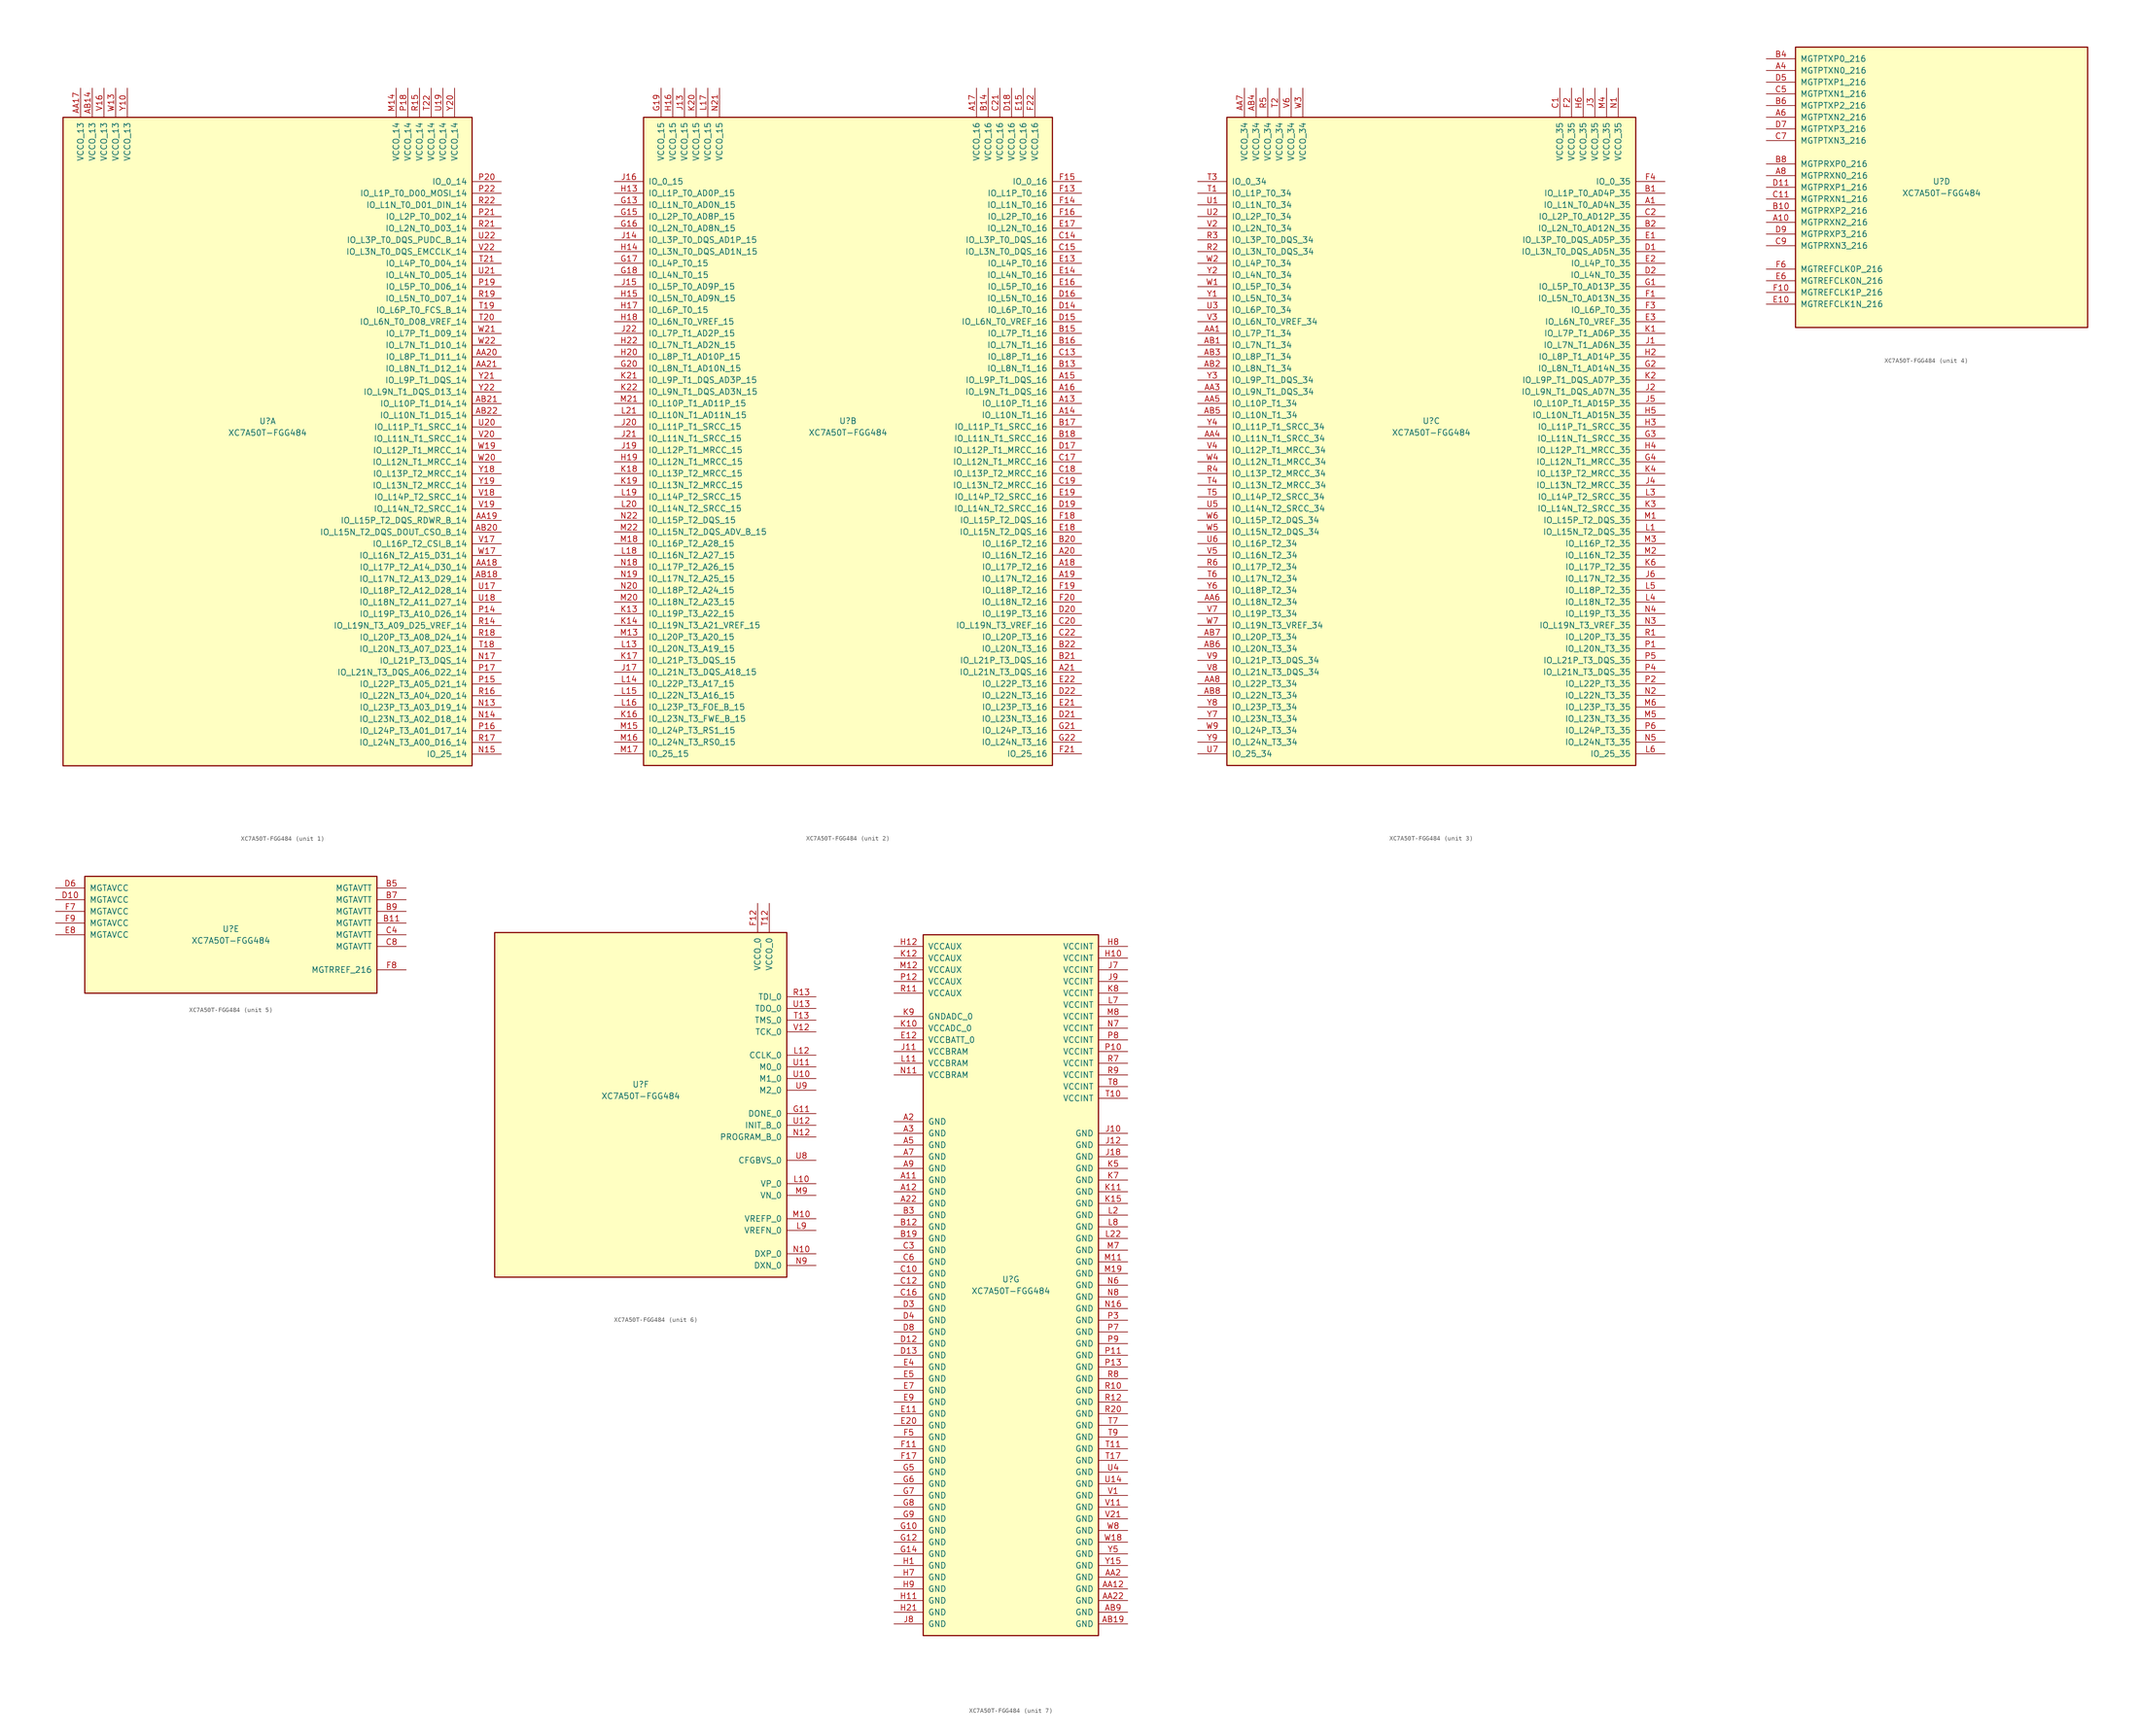
<source format=kicad_sym>
(kicad_symbol_lib
  (version 20241209)
  (generator "kicad_symbol_editor")
  (generator_version "9.0")
  (symbol "XC7A50T-FGG484"
    (pin_names
      (offset 1.016))
    (property "Reference" "U"
      (at 0 1.27 0)
      (effects (font (size 1.27 1.27))))
    (property "Value" "XC7A50T-FGG484"
      (at 0 -1.27 0)
      (effects (font (size 1.27 1.27))))
    (property "Datasheet" ""
      (at 0 0 0)
      (effects (font (size 1.27 1.27))))
    (property "ki_locked" ""
      (at 0 0 0)
      (effects (font (size 1.27 1.27))))
    (symbol "XC7A50T-FGG484_1_1"
      (rectangle (start -44.45 67.31) (end 44.45 -73.66) (stroke (width 0.254) (type default)) (fill (type background)))
      (pin power_in line (at -40.64 73.66 270) (length 6.35) (name "VCCO_13" (effects (font (size 1.27 1.27)))) (number "AA17" (effects (font (size 1.27 1.27)))))
      (pin power_in line (at -38.1 73.66 270) (length 6.35) (name "VCCO_13" (effects (font (size 1.27 1.27)))) (number "AB14" (effects (font (size 1.27 1.27)))))
      (pin power_in line (at -35.56 73.66 270) (length 6.35) (name "VCCO_13" (effects (font (size 1.27 1.27)))) (number "V16" (effects (font (size 1.27 1.27)))))
      (pin power_in line (at -33.02 73.66 270) (length 6.35) (name "VCCO_13" (effects (font (size 1.27 1.27)))) (number "W13" (effects (font (size 1.27 1.27)))))
      (pin power_in line (at -30.48 73.66 270) (length 6.35) (name "VCCO_13" (effects (font (size 1.27 1.27)))) (number "Y10" (effects (font (size 1.27 1.27)))))
      (pin power_in line (at 27.94 73.66 270) (length 6.35) (name "VCCO_14" (effects (font (size 1.27 1.27)))) (number "M14" (effects (font (size 1.27 1.27)))))
      (pin power_in line (at 30.48 73.66 270) (length 6.35) (name "VCCO_14" (effects (font (size 1.27 1.27)))) (number "P18" (effects (font (size 1.27 1.27)))))
      (pin power_in line (at 33.02 73.66 270) (length 6.35) (name "VCCO_14" (effects (font (size 1.27 1.27)))) (number "R15" (effects (font (size 1.27 1.27)))))
      (pin power_in line (at 35.56 73.66 270) (length 6.35) (name "VCCO_14" (effects (font (size 1.27 1.27)))) (number "T22" (effects (font (size 1.27 1.27)))))
      (pin power_in line (at 38.1 73.66 270) (length 6.35) (name "VCCO_14" (effects (font (size 1.27 1.27)))) (number "U19" (effects (font (size 1.27 1.27)))))
      (pin power_in line (at 40.64 73.66 270) (length 6.35) (name "VCCO_14" (effects (font (size 1.27 1.27)))) (number "Y20" (effects (font (size 1.27 1.27)))))
      (pin bidirectional line (at 50.8 53.34 180) (length 6.35) (name "IO_0_14" (effects (font (size 1.27 1.27)))) (number "P20" (effects (font (size 1.27 1.27)))))
      (pin bidirectional line (at 50.8 50.8 180) (length 6.35) (name "IO_L1P_T0_D00_MOSI_14" (effects (font (size 1.27 1.27)))) (number "P22" (effects (font (size 1.27 1.27)))))
      (pin bidirectional line (at 50.8 48.26 180) (length 6.35) (name "IO_L1N_T0_D01_DIN_14" (effects (font (size 1.27 1.27)))) (number "R22" (effects (font (size 1.27 1.27)))))
      (pin bidirectional line (at 50.8 45.72 180) (length 6.35) (name "IO_L2P_T0_D02_14" (effects (font (size 1.27 1.27)))) (number "P21" (effects (font (size 1.27 1.27)))))
      (pin bidirectional line (at 50.8 43.18 180) (length 6.35) (name "IO_L2N_T0_D03_14" (effects (font (size 1.27 1.27)))) (number "R21" (effects (font (size 1.27 1.27)))))
      (pin bidirectional line (at 50.8 40.64 180) (length 6.35) (name "IO_L3P_T0_DQS_PUDC_B_14" (effects (font (size 1.27 1.27)))) (number "U22" (effects (font (size 1.27 1.27)))))
      (pin bidirectional line (at 50.8 38.1 180) (length 6.35) (name "IO_L3N_T0_DQS_EMCCLK_14" (effects (font (size 1.27 1.27)))) (number "V22" (effects (font (size 1.27 1.27)))))
      (pin bidirectional line (at 50.8 35.56 180) (length 6.35) (name "IO_L4P_T0_D04_14" (effects (font (size 1.27 1.27)))) (number "T21" (effects (font (size 1.27 1.27)))))
      (pin bidirectional line (at 50.8 33.02 180) (length 6.35) (name "IO_L4N_T0_D05_14" (effects (font (size 1.27 1.27)))) (number "U21" (effects (font (size 1.27 1.27)))))
      (pin bidirectional line (at 50.8 30.48 180) (length 6.35) (name "IO_L5P_T0_D06_14" (effects (font (size 1.27 1.27)))) (number "P19" (effects (font (size 1.27 1.27)))))
      (pin bidirectional line (at 50.8 27.94 180) (length 6.35) (name "IO_L5N_T0_D07_14" (effects (font (size 1.27 1.27)))) (number "R19" (effects (font (size 1.27 1.27)))))
      (pin bidirectional line (at 50.8 25.4 180) (length 6.35) (name "IO_L6P_T0_FCS_B_14" (effects (font (size 1.27 1.27)))) (number "T19" (effects (font (size 1.27 1.27)))))
      (pin bidirectional line (at 50.8 22.86 180) (length 6.35) (name "IO_L6N_T0_D08_VREF_14" (effects (font (size 1.27 1.27)))) (number "T20" (effects (font (size 1.27 1.27)))))
      (pin bidirectional line (at 50.8 20.32 180) (length 6.35) (name "IO_L7P_T1_D09_14" (effects (font (size 1.27 1.27)))) (number "W21" (effects (font (size 1.27 1.27)))))
      (pin bidirectional line (at 50.8 17.78 180) (length 6.35) (name "IO_L7N_T1_D10_14" (effects (font (size 1.27 1.27)))) (number "W22" (effects (font (size 1.27 1.27)))))
      (pin bidirectional line (at 50.8 15.24 180) (length 6.35) (name "IO_L8P_T1_D11_14" (effects (font (size 1.27 1.27)))) (number "AA20" (effects (font (size 1.27 1.27)))))
      (pin bidirectional line (at 50.8 12.7 180) (length 6.35) (name "IO_L8N_T1_D12_14" (effects (font (size 1.27 1.27)))) (number "AA21" (effects (font (size 1.27 1.27)))))
      (pin bidirectional line (at 50.8 10.16 180) (length 6.35) (name "IO_L9P_T1_DQS_14" (effects (font (size 1.27 1.27)))) (number "Y21" (effects (font (size 1.27 1.27)))))
      (pin bidirectional line (at 50.8 7.62 180) (length 6.35) (name "IO_L9N_T1_DQS_D13_14" (effects (font (size 1.27 1.27)))) (number "Y22" (effects (font (size 1.27 1.27)))))
      (pin bidirectional line (at 50.8 5.08 180) (length 6.35) (name "IO_L10P_T1_D14_14" (effects (font (size 1.27 1.27)))) (number "AB21" (effects (font (size 1.27 1.27)))))
      (pin bidirectional line (at 50.8 2.54 180) (length 6.35) (name "IO_L10N_T1_D15_14" (effects (font (size 1.27 1.27)))) (number "AB22" (effects (font (size 1.27 1.27)))))
      (pin bidirectional line (at 50.8 0 180) (length 6.35) (name "IO_L11P_T1_SRCC_14" (effects (font (size 1.27 1.27)))) (number "U20" (effects (font (size 1.27 1.27)))))
      (pin bidirectional line (at 50.8 -2.54 180) (length 6.35) (name "IO_L11N_T1_SRCC_14" (effects (font (size 1.27 1.27)))) (number "V20" (effects (font (size 1.27 1.27)))))
      (pin bidirectional line (at 50.8 -5.08 180) (length 6.35) (name "IO_L12P_T1_MRCC_14" (effects (font (size 1.27 1.27)))) (number "W19" (effects (font (size 1.27 1.27)))))
      (pin bidirectional line (at 50.8 -7.62 180) (length 6.35) (name "IO_L12N_T1_MRCC_14" (effects (font (size 1.27 1.27)))) (number "W20" (effects (font (size 1.27 1.27)))))
      (pin bidirectional line (at 50.8 -10.16 180) (length 6.35) (name "IO_L13P_T2_MRCC_14" (effects (font (size 1.27 1.27)))) (number "Y18" (effects (font (size 1.27 1.27)))))
      (pin bidirectional line (at 50.8 -12.7 180) (length 6.35) (name "IO_L13N_T2_MRCC_14" (effects (font (size 1.27 1.27)))) (number "Y19" (effects (font (size 1.27 1.27)))))
      (pin bidirectional line (at 50.8 -15.24 180) (length 6.35) (name "IO_L14P_T2_SRCC_14" (effects (font (size 1.27 1.27)))) (number "V18" (effects (font (size 1.27 1.27)))))
      (pin bidirectional line (at 50.8 -17.78 180) (length 6.35) (name "IO_L14N_T2_SRCC_14" (effects (font (size 1.27 1.27)))) (number "V19" (effects (font (size 1.27 1.27)))))
      (pin bidirectional line (at 50.8 -20.32 180) (length 6.35) (name "IO_L15P_T2_DQS_RDWR_B_14" (effects (font (size 1.27 1.27)))) (number "AA19" (effects (font (size 1.27 1.27)))))
      (pin bidirectional line (at 50.8 -22.86 180) (length 6.35) (name "IO_L15N_T2_DQS_DOUT_CSO_B_14" (effects (font (size 1.27 1.27)))) (number "AB20" (effects (font (size 1.27 1.27)))))
      (pin bidirectional line (at 50.8 -25.4 180) (length 6.35) (name "IO_L16P_T2_CSI_B_14" (effects (font (size 1.27 1.27)))) (number "V17" (effects (font (size 1.27 1.27)))))
      (pin bidirectional line (at 50.8 -27.94 180) (length 6.35) (name "IO_L16N_T2_A15_D31_14" (effects (font (size 1.27 1.27)))) (number "W17" (effects (font (size 1.27 1.27)))))
      (pin bidirectional line (at 50.8 -30.48 180) (length 6.35) (name "IO_L17P_T2_A14_D30_14" (effects (font (size 1.27 1.27)))) (number "AA18" (effects (font (size 1.27 1.27)))))
      (pin bidirectional line (at 50.8 -33.02 180) (length 6.35) (name "IO_L17N_T2_A13_D29_14" (effects (font (size 1.27 1.27)))) (number "AB18" (effects (font (size 1.27 1.27)))))
      (pin bidirectional line (at 50.8 -35.56 180) (length 6.35) (name "IO_L18P_T2_A12_D28_14" (effects (font (size 1.27 1.27)))) (number "U17" (effects (font (size 1.27 1.27)))))
      (pin bidirectional line (at 50.8 -38.1 180) (length 6.35) (name "IO_L18N_T2_A11_D27_14" (effects (font (size 1.27 1.27)))) (number "U18" (effects (font (size 1.27 1.27)))))
      (pin bidirectional line (at 50.8 -40.64 180) (length 6.35) (name "IO_L19P_T3_A10_D26_14" (effects (font (size 1.27 1.27)))) (number "P14" (effects (font (size 1.27 1.27)))))
      (pin bidirectional line (at 50.8 -43.18 180) (length 6.35) (name "IO_L19N_T3_A09_D25_VREF_14" (effects (font (size 1.27 1.27)))) (number "R14" (effects (font (size 1.27 1.27)))))
      (pin bidirectional line (at 50.8 -45.72 180) (length 6.35) (name "IO_L20P_T3_A08_D24_14" (effects (font (size 1.27 1.27)))) (number "R18" (effects (font (size 1.27 1.27)))))
      (pin bidirectional line (at 50.8 -48.26 180) (length 6.35) (name "IO_L20N_T3_A07_D23_14" (effects (font (size 1.27 1.27)))) (number "T18" (effects (font (size 1.27 1.27)))))
      (pin bidirectional line (at 50.8 -50.8 180) (length 6.35) (name "IO_L21P_T3_DQS_14" (effects (font (size 1.27 1.27)))) (number "N17" (effects (font (size 1.27 1.27)))))
      (pin bidirectional line (at 50.8 -53.34 180) (length 6.35) (name "IO_L21N_T3_DQS_A06_D22_14" (effects (font (size 1.27 1.27)))) (number "P17" (effects (font (size 1.27 1.27)))))
      (pin bidirectional line (at 50.8 -55.88 180) (length 6.35) (name "IO_L22P_T3_A05_D21_14" (effects (font (size 1.27 1.27)))) (number "P15" (effects (font (size 1.27 1.27)))))
      (pin bidirectional line (at 50.8 -58.42 180) (length 6.35) (name "IO_L22N_T3_A04_D20_14" (effects (font (size 1.27 1.27)))) (number "R16" (effects (font (size 1.27 1.27)))))
      (pin bidirectional line (at 50.8 -60.96 180) (length 6.35) (name "IO_L23P_T3_A03_D19_14" (effects (font (size 1.27 1.27)))) (number "N13" (effects (font (size 1.27 1.27)))))
      (pin bidirectional line (at 50.8 -63.5 180) (length 6.35) (name "IO_L23N_T3_A02_D18_14" (effects (font (size 1.27 1.27)))) (number "N14" (effects (font (size 1.27 1.27)))))
      (pin bidirectional line (at 50.8 -66.04 180) (length 6.35) (name "IO_L24P_T3_A01_D17_14" (effects (font (size 1.27 1.27)))) (number "P16" (effects (font (size 1.27 1.27)))))
      (pin bidirectional line (at 50.8 -68.58 180) (length 6.35) (name "IO_L24N_T3_A00_D16_14" (effects (font (size 1.27 1.27)))) (number "R17" (effects (font (size 1.27 1.27)))))
      (pin bidirectional line (at 50.8 -71.12 180) (length 6.35) (name "IO_25_14" (effects (font (size 1.27 1.27)))) (number "N15" (effects (font (size 1.27 1.27))))))
    (symbol "XC7A50T-FGG484_2_1"
      (rectangle (start -44.45 67.31) (end 44.45 -73.66) (stroke (width 0.254) (type default)) (fill (type background)))
      (pin bidirectional line (at -50.8 53.34 0) (length 6.35) (name "IO_0_15" (effects (font (size 1.27 1.27)))) (number "J16" (effects (font (size 1.27 1.27)))))
      (pin bidirectional line (at -50.8 50.8 0) (length 6.35) (name "IO_L1P_T0_AD0P_15" (effects (font (size 1.27 1.27)))) (number "H13" (effects (font (size 1.27 1.27)))))
      (pin bidirectional line (at -50.8 48.26 0) (length 6.35) (name "IO_L1N_T0_AD0N_15" (effects (font (size 1.27 1.27)))) (number "G13" (effects (font (size 1.27 1.27)))))
      (pin bidirectional line (at -50.8 45.72 0) (length 6.35) (name "IO_L2P_T0_AD8P_15" (effects (font (size 1.27 1.27)))) (number "G15" (effects (font (size 1.27 1.27)))))
      (pin bidirectional line (at -50.8 43.18 0) (length 6.35) (name "IO_L2N_T0_AD8N_15" (effects (font (size 1.27 1.27)))) (number "G16" (effects (font (size 1.27 1.27)))))
      (pin bidirectional line (at -50.8 40.64 0) (length 6.35) (name "IO_L3P_T0_DQS_AD1P_15" (effects (font (size 1.27 1.27)))) (number "J14" (effects (font (size 1.27 1.27)))))
      (pin bidirectional line (at -50.8 38.1 0) (length 6.35) (name "IO_L3N_T0_DQS_AD1N_15" (effects (font (size 1.27 1.27)))) (number "H14" (effects (font (size 1.27 1.27)))))
      (pin bidirectional line (at -50.8 35.56 0) (length 6.35) (name "IO_L4P_T0_15" (effects (font (size 1.27 1.27)))) (number "G17" (effects (font (size 1.27 1.27)))))
      (pin bidirectional line (at -50.8 33.02 0) (length 6.35) (name "IO_L4N_T0_15" (effects (font (size 1.27 1.27)))) (number "G18" (effects (font (size 1.27 1.27)))))
      (pin bidirectional line (at -50.8 30.48 0) (length 6.35) (name "IO_L5P_T0_AD9P_15" (effects (font (size 1.27 1.27)))) (number "J15" (effects (font (size 1.27 1.27)))))
      (pin bidirectional line (at -50.8 27.94 0) (length 6.35) (name "IO_L5N_T0_AD9N_15" (effects (font (size 1.27 1.27)))) (number "H15" (effects (font (size 1.27 1.27)))))
      (pin bidirectional line (at -50.8 25.4 0) (length 6.35) (name "IO_L6P_T0_15" (effects (font (size 1.27 1.27)))) (number "H17" (effects (font (size 1.27 1.27)))))
      (pin bidirectional line (at -50.8 22.86 0) (length 6.35) (name "IO_L6N_T0_VREF_15" (effects (font (size 1.27 1.27)))) (number "H18" (effects (font (size 1.27 1.27)))))
      (pin bidirectional line (at -50.8 20.32 0) (length 6.35) (name "IO_L7P_T1_AD2P_15" (effects (font (size 1.27 1.27)))) (number "J22" (effects (font (size 1.27 1.27)))))
      (pin bidirectional line (at -50.8 17.78 0) (length 6.35) (name "IO_L7N_T1_AD2N_15" (effects (font (size 1.27 1.27)))) (number "H22" (effects (font (size 1.27 1.27)))))
      (pin bidirectional line (at -50.8 15.24 0) (length 6.35) (name "IO_L8P_T1_AD10P_15" (effects (font (size 1.27 1.27)))) (number "H20" (effects (font (size 1.27 1.27)))))
      (pin bidirectional line (at -50.8 12.7 0) (length 6.35) (name "IO_L8N_T1_AD10N_15" (effects (font (size 1.27 1.27)))) (number "G20" (effects (font (size 1.27 1.27)))))
      (pin bidirectional line (at -50.8 10.16 0) (length 6.35) (name "IO_L9P_T1_DQS_AD3P_15" (effects (font (size 1.27 1.27)))) (number "K21" (effects (font (size 1.27 1.27)))))
      (pin bidirectional line (at -50.8 7.62 0) (length 6.35) (name "IO_L9N_T1_DQS_AD3N_15" (effects (font (size 1.27 1.27)))) (number "K22" (effects (font (size 1.27 1.27)))))
      (pin bidirectional line (at -50.8 5.08 0) (length 6.35) (name "IO_L10P_T1_AD11P_15" (effects (font (size 1.27 1.27)))) (number "M21" (effects (font (size 1.27 1.27)))))
      (pin bidirectional line (at -50.8 2.54 0) (length 6.35) (name "IO_L10N_T1_AD11N_15" (effects (font (size 1.27 1.27)))) (number "L21" (effects (font (size 1.27 1.27)))))
      (pin bidirectional line (at -50.8 0 0) (length 6.35) (name "IO_L11P_T1_SRCC_15" (effects (font (size 1.27 1.27)))) (number "J20" (effects (font (size 1.27 1.27)))))
      (pin bidirectional line (at -50.8 -2.54 0) (length 6.35) (name "IO_L11N_T1_SRCC_15" (effects (font (size 1.27 1.27)))) (number "J21" (effects (font (size 1.27 1.27)))))
      (pin bidirectional line (at -50.8 -5.08 0) (length 6.35) (name "IO_L12P_T1_MRCC_15" (effects (font (size 1.27 1.27)))) (number "J19" (effects (font (size 1.27 1.27)))))
      (pin bidirectional line (at -50.8 -7.62 0) (length 6.35) (name "IO_L12N_T1_MRCC_15" (effects (font (size 1.27 1.27)))) (number "H19" (effects (font (size 1.27 1.27)))))
      (pin bidirectional line (at -50.8 -10.16 0) (length 6.35) (name "IO_L13P_T2_MRCC_15" (effects (font (size 1.27 1.27)))) (number "K18" (effects (font (size 1.27 1.27)))))
      (pin bidirectional line (at -50.8 -12.7 0) (length 6.35) (name "IO_L13N_T2_MRCC_15" (effects (font (size 1.27 1.27)))) (number "K19" (effects (font (size 1.27 1.27)))))
      (pin bidirectional line (at -50.8 -15.24 0) (length 6.35) (name "IO_L14P_T2_SRCC_15" (effects (font (size 1.27 1.27)))) (number "L19" (effects (font (size 1.27 1.27)))))
      (pin bidirectional line (at -50.8 -17.78 0) (length 6.35) (name "IO_L14N_T2_SRCC_15" (effects (font (size 1.27 1.27)))) (number "L20" (effects (font (size 1.27 1.27)))))
      (pin bidirectional line (at -50.8 -20.32 0) (length 6.35) (name "IO_L15P_T2_DQS_15" (effects (font (size 1.27 1.27)))) (number "N22" (effects (font (size 1.27 1.27)))))
      (pin bidirectional line (at -50.8 -22.86 0) (length 6.35) (name "IO_L15N_T2_DQS_ADV_B_15" (effects (font (size 1.27 1.27)))) (number "M22" (effects (font (size 1.27 1.27)))))
      (pin bidirectional line (at -50.8 -25.4 0) (length 6.35) (name "IO_L16P_T2_A28_15" (effects (font (size 1.27 1.27)))) (number "M18" (effects (font (size 1.27 1.27)))))
      (pin bidirectional line (at -50.8 -27.94 0) (length 6.35) (name "IO_L16N_T2_A27_15" (effects (font (size 1.27 1.27)))) (number "L18" (effects (font (size 1.27 1.27)))))
      (pin bidirectional line (at -50.8 -30.48 0) (length 6.35) (name "IO_L17P_T2_A26_15" (effects (font (size 1.27 1.27)))) (number "N18" (effects (font (size 1.27 1.27)))))
      (pin bidirectional line (at -50.8 -33.02 0) (length 6.35) (name "IO_L17N_T2_A25_15" (effects (font (size 1.27 1.27)))) (number "N19" (effects (font (size 1.27 1.27)))))
      (pin bidirectional line (at -50.8 -35.56 0) (length 6.35) (name "IO_L18P_T2_A24_15" (effects (font (size 1.27 1.27)))) (number "N20" (effects (font (size 1.27 1.27)))))
      (pin bidirectional line (at -50.8 -38.1 0) (length 6.35) (name "IO_L18N_T2_A23_15" (effects (font (size 1.27 1.27)))) (number "M20" (effects (font (size 1.27 1.27)))))
      (pin bidirectional line (at -50.8 -40.64 0) (length 6.35) (name "IO_L19P_T3_A22_15" (effects (font (size 1.27 1.27)))) (number "K13" (effects (font (size 1.27 1.27)))))
      (pin bidirectional line (at -50.8 -43.18 0) (length 6.35) (name "IO_L19N_T3_A21_VREF_15" (effects (font (size 1.27 1.27)))) (number "K14" (effects (font (size 1.27 1.27)))))
      (pin bidirectional line (at -50.8 -45.72 0) (length 6.35) (name "IO_L20P_T3_A20_15" (effects (font (size 1.27 1.27)))) (number "M13" (effects (font (size 1.27 1.27)))))
      (pin bidirectional line (at -50.8 -48.26 0) (length 6.35) (name "IO_L20N_T3_A19_15" (effects (font (size 1.27 1.27)))) (number "L13" (effects (font (size 1.27 1.27)))))
      (pin bidirectional line (at -50.8 -50.8 0) (length 6.35) (name "IO_L21P_T3_DQS_15" (effects (font (size 1.27 1.27)))) (number "K17" (effects (font (size 1.27 1.27)))))
      (pin bidirectional line (at -50.8 -53.34 0) (length 6.35) (name "IO_L21N_T3_DQS_A18_15" (effects (font (size 1.27 1.27)))) (number "J17" (effects (font (size 1.27 1.27)))))
      (pin bidirectional line (at -50.8 -55.88 0) (length 6.35) (name "IO_L22P_T3_A17_15" (effects (font (size 1.27 1.27)))) (number "L14" (effects (font (size 1.27 1.27)))))
      (pin bidirectional line (at -50.8 -58.42 0) (length 6.35) (name "IO_L22N_T3_A16_15" (effects (font (size 1.27 1.27)))) (number "L15" (effects (font (size 1.27 1.27)))))
      (pin bidirectional line (at -50.8 -60.96 0) (length 6.35) (name "IO_L23P_T3_FOE_B_15" (effects (font (size 1.27 1.27)))) (number "L16" (effects (font (size 1.27 1.27)))))
      (pin bidirectional line (at -50.8 -63.5 0) (length 6.35) (name "IO_L23N_T3_FWE_B_15" (effects (font (size 1.27 1.27)))) (number "K16" (effects (font (size 1.27 1.27)))))
      (pin bidirectional line (at -50.8 -66.04 0) (length 6.35) (name "IO_L24P_T3_RS1_15" (effects (font (size 1.27 1.27)))) (number "M15" (effects (font (size 1.27 1.27)))))
      (pin bidirectional line (at -50.8 -68.58 0) (length 6.35) (name "IO_L24N_T3_RS0_15" (effects (font (size 1.27 1.27)))) (number "M16" (effects (font (size 1.27 1.27)))))
      (pin bidirectional line (at -50.8 -71.12 0) (length 6.35) (name "IO_25_15" (effects (font (size 1.27 1.27)))) (number "M17" (effects (font (size 1.27 1.27)))))
      (pin power_in line (at -40.64 73.66 270) (length 6.35) (name "VCCO_15" (effects (font (size 1.27 1.27)))) (number "G19" (effects (font (size 1.27 1.27)))))
      (pin power_in line (at -38.1 73.66 270) (length 6.35) (name "VCCO_15" (effects (font (size 1.27 1.27)))) (number "H16" (effects (font (size 1.27 1.27)))))
      (pin power_in line (at -35.56 73.66 270) (length 6.35) (name "VCCO_15" (effects (font (size 1.27 1.27)))) (number "J13" (effects (font (size 1.27 1.27)))))
      (pin power_in line (at -33.02 73.66 270) (length 6.35) (name "VCCO_15" (effects (font (size 1.27 1.27)))) (number "K20" (effects (font (size 1.27 1.27)))))
      (pin power_in line (at -30.48 73.66 270) (length 6.35) (name "VCCO_15" (effects (font (size 1.27 1.27)))) (number "L17" (effects (font (size 1.27 1.27)))))
      (pin power_in line (at -27.94 73.66 270) (length 6.35) (name "VCCO_15" (effects (font (size 1.27 1.27)))) (number "N21" (effects (font (size 1.27 1.27)))))
      (pin power_in line (at 27.94 73.66 270) (length 6.35) (name "VCCO_16" (effects (font (size 1.27 1.27)))) (number "A17" (effects (font (size 1.27 1.27)))))
      (pin power_in line (at 30.48 73.66 270) (length 6.35) (name "VCCO_16" (effects (font (size 1.27 1.27)))) (number "B14" (effects (font (size 1.27 1.27)))))
      (pin power_in line (at 33.02 73.66 270) (length 6.35) (name "VCCO_16" (effects (font (size 1.27 1.27)))) (number "C21" (effects (font (size 1.27 1.27)))))
      (pin power_in line (at 35.56 73.66 270) (length 6.35) (name "VCCO_16" (effects (font (size 1.27 1.27)))) (number "D18" (effects (font (size 1.27 1.27)))))
      (pin power_in line (at 38.1 73.66 270) (length 6.35) (name "VCCO_16" (effects (font (size 1.27 1.27)))) (number "E15" (effects (font (size 1.27 1.27)))))
      (pin power_in line (at 40.64 73.66 270) (length 6.35) (name "VCCO_16" (effects (font (size 1.27 1.27)))) (number "F22" (effects (font (size 1.27 1.27)))))
      (pin bidirectional line (at 50.8 53.34 180) (length 6.35) (name "IO_0_16" (effects (font (size 1.27 1.27)))) (number "F15" (effects (font (size 1.27 1.27)))))
      (pin bidirectional line (at 50.8 50.8 180) (length 6.35) (name "IO_L1P_T0_16" (effects (font (size 1.27 1.27)))) (number "F13" (effects (font (size 1.27 1.27)))))
      (pin bidirectional line (at 50.8 48.26 180) (length 6.35) (name "IO_L1N_T0_16" (effects (font (size 1.27 1.27)))) (number "F14" (effects (font (size 1.27 1.27)))))
      (pin bidirectional line (at 50.8 45.72 180) (length 6.35) (name "IO_L2P_T0_16" (effects (font (size 1.27 1.27)))) (number "F16" (effects (font (size 1.27 1.27)))))
      (pin bidirectional line (at 50.8 43.18 180) (length 6.35) (name "IO_L2N_T0_16" (effects (font (size 1.27 1.27)))) (number "E17" (effects (font (size 1.27 1.27)))))
      (pin bidirectional line (at 50.8 40.64 180) (length 6.35) (name "IO_L3P_T0_DQS_16" (effects (font (size 1.27 1.27)))) (number "C14" (effects (font (size 1.27 1.27)))))
      (pin bidirectional line (at 50.8 38.1 180) (length 6.35) (name "IO_L3N_T0_DQS_16" (effects (font (size 1.27 1.27)))) (number "C15" (effects (font (size 1.27 1.27)))))
      (pin bidirectional line (at 50.8 35.56 180) (length 6.35) (name "IO_L4P_T0_16" (effects (font (size 1.27 1.27)))) (number "E13" (effects (font (size 1.27 1.27)))))
      (pin bidirectional line (at 50.8 33.02 180) (length 6.35) (name "IO_L4N_T0_16" (effects (font (size 1.27 1.27)))) (number "E14" (effects (font (size 1.27 1.27)))))
      (pin bidirectional line (at 50.8 30.48 180) (length 6.35) (name "IO_L5P_T0_16" (effects (font (size 1.27 1.27)))) (number "E16" (effects (font (size 1.27 1.27)))))
      (pin bidirectional line (at 50.8 27.94 180) (length 6.35) (name "IO_L5N_T0_16" (effects (font (size 1.27 1.27)))) (number "D16" (effects (font (size 1.27 1.27)))))
      (pin bidirectional line (at 50.8 25.4 180) (length 6.35) (name "IO_L6P_T0_16" (effects (font (size 1.27 1.27)))) (number "D14" (effects (font (size 1.27 1.27)))))
      (pin bidirectional line (at 50.8 22.86 180) (length 6.35) (name "IO_L6N_T0_VREF_16" (effects (font (size 1.27 1.27)))) (number "D15" (effects (font (size 1.27 1.27)))))
      (pin bidirectional line (at 50.8 20.32 180) (length 6.35) (name "IO_L7P_T1_16" (effects (font (size 1.27 1.27)))) (number "B15" (effects (font (size 1.27 1.27)))))
      (pin bidirectional line (at 50.8 17.78 180) (length 6.35) (name "IO_L7N_T1_16" (effects (font (size 1.27 1.27)))) (number "B16" (effects (font (size 1.27 1.27)))))
      (pin bidirectional line (at 50.8 15.24 180) (length 6.35) (name "IO_L8P_T1_16" (effects (font (size 1.27 1.27)))) (number "C13" (effects (font (size 1.27 1.27)))))
      (pin bidirectional line (at 50.8 12.7 180) (length 6.35) (name "IO_L8N_T1_16" (effects (font (size 1.27 1.27)))) (number "B13" (effects (font (size 1.27 1.27)))))
      (pin bidirectional line (at 50.8 10.16 180) (length 6.35) (name "IO_L9P_T1_DQS_16" (effects (font (size 1.27 1.27)))) (number "A15" (effects (font (size 1.27 1.27)))))
      (pin bidirectional line (at 50.8 7.62 180) (length 6.35) (name "IO_L9N_T1_DQS_16" (effects (font (size 1.27 1.27)))) (number "A16" (effects (font (size 1.27 1.27)))))
      (pin bidirectional line (at 50.8 5.08 180) (length 6.35) (name "IO_L10P_T1_16" (effects (font (size 1.27 1.27)))) (number "A13" (effects (font (size 1.27 1.27)))))
      (pin bidirectional line (at 50.8 2.54 180) (length 6.35) (name "IO_L10N_T1_16" (effects (font (size 1.27 1.27)))) (number "A14" (effects (font (size 1.27 1.27)))))
      (pin bidirectional line (at 50.8 0 180) (length 6.35) (name "IO_L11P_T1_SRCC_16" (effects (font (size 1.27 1.27)))) (number "B17" (effects (font (size 1.27 1.27)))))
      (pin bidirectional line (at 50.8 -2.54 180) (length 6.35) (name "IO_L11N_T1_SRCC_16" (effects (font (size 1.27 1.27)))) (number "B18" (effects (font (size 1.27 1.27)))))
      (pin bidirectional line (at 50.8 -5.08 180) (length 6.35) (name "IO_L12P_T1_MRCC_16" (effects (font (size 1.27 1.27)))) (number "D17" (effects (font (size 1.27 1.27)))))
      (pin bidirectional line (at 50.8 -7.62 180) (length 6.35) (name "IO_L12N_T1_MRCC_16" (effects (font (size 1.27 1.27)))) (number "C17" (effects (font (size 1.27 1.27)))))
      (pin bidirectional line (at 50.8 -10.16 180) (length 6.35) (name "IO_L13P_T2_MRCC_16" (effects (font (size 1.27 1.27)))) (number "C18" (effects (font (size 1.27 1.27)))))
      (pin bidirectional line (at 50.8 -12.7 180) (length 6.35) (name "IO_L13N_T2_MRCC_16" (effects (font (size 1.27 1.27)))) (number "C19" (effects (font (size 1.27 1.27)))))
      (pin bidirectional line (at 50.8 -15.24 180) (length 6.35) (name "IO_L14P_T2_SRCC_16" (effects (font (size 1.27 1.27)))) (number "E19" (effects (font (size 1.27 1.27)))))
      (pin bidirectional line (at 50.8 -17.78 180) (length 6.35) (name "IO_L14N_T2_SRCC_16" (effects (font (size 1.27 1.27)))) (number "D19" (effects (font (size 1.27 1.27)))))
      (pin bidirectional line (at 50.8 -20.32 180) (length 6.35) (name "IO_L15P_T2_DQS_16" (effects (font (size 1.27 1.27)))) (number "F18" (effects (font (size 1.27 1.27)))))
      (pin bidirectional line (at 50.8 -22.86 180) (length 6.35) (name "IO_L15N_T2_DQS_16" (effects (font (size 1.27 1.27)))) (number "E18" (effects (font (size 1.27 1.27)))))
      (pin bidirectional line (at 50.8 -25.4 180) (length 6.35) (name "IO_L16P_T2_16" (effects (font (size 1.27 1.27)))) (number "B20" (effects (font (size 1.27 1.27)))))
      (pin bidirectional line (at 50.8 -27.94 180) (length 6.35) (name "IO_L16N_T2_16" (effects (font (size 1.27 1.27)))) (number "A20" (effects (font (size 1.27 1.27)))))
      (pin bidirectional line (at 50.8 -30.48 180) (length 6.35) (name "IO_L17P_T2_16" (effects (font (size 1.27 1.27)))) (number "A18" (effects (font (size 1.27 1.27)))))
      (pin bidirectional line (at 50.8 -33.02 180) (length 6.35) (name "IO_L17N_T2_16" (effects (font (size 1.27 1.27)))) (number "A19" (effects (font (size 1.27 1.27)))))
      (pin bidirectional line (at 50.8 -35.56 180) (length 6.35) (name "IO_L18P_T2_16" (effects (font (size 1.27 1.27)))) (number "F19" (effects (font (size 1.27 1.27)))))
      (pin bidirectional line (at 50.8 -38.1 180) (length 6.35) (name "IO_L18N_T2_16" (effects (font (size 1.27 1.27)))) (number "F20" (effects (font (size 1.27 1.27)))))
      (pin bidirectional line (at 50.8 -40.64 180) (length 6.35) (name "IO_L19P_T3_16" (effects (font (size 1.27 1.27)))) (number "D20" (effects (font (size 1.27 1.27)))))
      (pin bidirectional line (at 50.8 -43.18 180) (length 6.35) (name "IO_L19N_T3_VREF_16" (effects (font (size 1.27 1.27)))) (number "C20" (effects (font (size 1.27 1.27)))))
      (pin bidirectional line (at 50.8 -45.72 180) (length 6.35) (name "IO_L20P_T3_16" (effects (font (size 1.27 1.27)))) (number "C22" (effects (font (size 1.27 1.27)))))
      (pin bidirectional line (at 50.8 -48.26 180) (length 6.35) (name "IO_L20N_T3_16" (effects (font (size 1.27 1.27)))) (number "B22" (effects (font (size 1.27 1.27)))))
      (pin bidirectional line (at 50.8 -50.8 180) (length 6.35) (name "IO_L21P_T3_DQS_16" (effects (font (size 1.27 1.27)))) (number "B21" (effects (font (size 1.27 1.27)))))
      (pin bidirectional line (at 50.8 -53.34 180) (length 6.35) (name "IO_L21N_T3_DQS_16" (effects (font (size 1.27 1.27)))) (number "A21" (effects (font (size 1.27 1.27)))))
      (pin bidirectional line (at 50.8 -55.88 180) (length 6.35) (name "IO_L22P_T3_16" (effects (font (size 1.27 1.27)))) (number "E22" (effects (font (size 1.27 1.27)))))
      (pin bidirectional line (at 50.8 -58.42 180) (length 6.35) (name "IO_L22N_T3_16" (effects (font (size 1.27 1.27)))) (number "D22" (effects (font (size 1.27 1.27)))))
      (pin bidirectional line (at 50.8 -60.96 180) (length 6.35) (name "IO_L23P_T3_16" (effects (font (size 1.27 1.27)))) (number "E21" (effects (font (size 1.27 1.27)))))
      (pin bidirectional line (at 50.8 -63.5 180) (length 6.35) (name "IO_L23N_T3_16" (effects (font (size 1.27 1.27)))) (number "D21" (effects (font (size 1.27 1.27)))))
      (pin bidirectional line (at 50.8 -66.04 180) (length 6.35) (name "IO_L24P_T3_16" (effects (font (size 1.27 1.27)))) (number "G21" (effects (font (size 1.27 1.27)))))
      (pin bidirectional line (at 50.8 -68.58 180) (length 6.35) (name "IO_L24N_T3_16" (effects (font (size 1.27 1.27)))) (number "G22" (effects (font (size 1.27 1.27)))))
      (pin bidirectional line (at 50.8 -71.12 180) (length 6.35) (name "IO_25_16" (effects (font (size 1.27 1.27)))) (number "F21" (effects (font (size 1.27 1.27))))))
    (symbol "XC7A50T-FGG484_3_1"
      (rectangle (start -44.45 67.31) (end 44.45 -73.66) (stroke (width 0.254) (type default)) (fill (type background)))
      (pin bidirectional line (at -50.8 53.34 0) (length 6.35) (name "IO_0_34" (effects (font (size 1.27 1.27)))) (number "T3" (effects (font (size 1.27 1.27)))))
      (pin bidirectional line (at -50.8 50.8 0) (length 6.35) (name "IO_L1P_T0_34" (effects (font (size 1.27 1.27)))) (number "T1" (effects (font (size 1.27 1.27)))))
      (pin bidirectional line (at -50.8 48.26 0) (length 6.35) (name "IO_L1N_T0_34" (effects (font (size 1.27 1.27)))) (number "U1" (effects (font (size 1.27 1.27)))))
      (pin bidirectional line (at -50.8 45.72 0) (length 6.35) (name "IO_L2P_T0_34" (effects (font (size 1.27 1.27)))) (number "U2" (effects (font (size 1.27 1.27)))))
      (pin bidirectional line (at -50.8 43.18 0) (length 6.35) (name "IO_L2N_T0_34" (effects (font (size 1.27 1.27)))) (number "V2" (effects (font (size 1.27 1.27)))))
      (pin bidirectional line (at -50.8 40.64 0) (length 6.35) (name "IO_L3P_T0_DQS_34" (effects (font (size 1.27 1.27)))) (number "R3" (effects (font (size 1.27 1.27)))))
      (pin bidirectional line (at -50.8 38.1 0) (length 6.35) (name "IO_L3N_T0_DQS_34" (effects (font (size 1.27 1.27)))) (number "R2" (effects (font (size 1.27 1.27)))))
      (pin bidirectional line (at -50.8 35.56 0) (length 6.35) (name "IO_L4P_T0_34" (effects (font (size 1.27 1.27)))) (number "W2" (effects (font (size 1.27 1.27)))))
      (pin bidirectional line (at -50.8 33.02 0) (length 6.35) (name "IO_L4N_T0_34" (effects (font (size 1.27 1.27)))) (number "Y2" (effects (font (size 1.27 1.27)))))
      (pin bidirectional line (at -50.8 30.48 0) (length 6.35) (name "IO_L5P_T0_34" (effects (font (size 1.27 1.27)))) (number "W1" (effects (font (size 1.27 1.27)))))
      (pin bidirectional line (at -50.8 27.94 0) (length 6.35) (name "IO_L5N_T0_34" (effects (font (size 1.27 1.27)))) (number "Y1" (effects (font (size 1.27 1.27)))))
      (pin bidirectional line (at -50.8 25.4 0) (length 6.35) (name "IO_L6P_T0_34" (effects (font (size 1.27 1.27)))) (number "U3" (effects (font (size 1.27 1.27)))))
      (pin bidirectional line (at -50.8 22.86 0) (length 6.35) (name "IO_L6N_T0_VREF_34" (effects (font (size 1.27 1.27)))) (number "V3" (effects (font (size 1.27 1.27)))))
      (pin bidirectional line (at -50.8 20.32 0) (length 6.35) (name "IO_L7P_T1_34" (effects (font (size 1.27 1.27)))) (number "AA1" (effects (font (size 1.27 1.27)))))
      (pin bidirectional line (at -50.8 17.78 0) (length 6.35) (name "IO_L7N_T1_34" (effects (font (size 1.27 1.27)))) (number "AB1" (effects (font (size 1.27 1.27)))))
      (pin bidirectional line (at -50.8 15.24 0) (length 6.35) (name "IO_L8P_T1_34" (effects (font (size 1.27 1.27)))) (number "AB3" (effects (font (size 1.27 1.27)))))
      (pin bidirectional line (at -50.8 12.7 0) (length 6.35) (name "IO_L8N_T1_34" (effects (font (size 1.27 1.27)))) (number "AB2" (effects (font (size 1.27 1.27)))))
      (pin bidirectional line (at -50.8 10.16 0) (length 6.35) (name "IO_L9P_T1_DQS_34" (effects (font (size 1.27 1.27)))) (number "Y3" (effects (font (size 1.27 1.27)))))
      (pin bidirectional line (at -50.8 7.62 0) (length 6.35) (name "IO_L9N_T1_DQS_34" (effects (font (size 1.27 1.27)))) (number "AA3" (effects (font (size 1.27 1.27)))))
      (pin bidirectional line (at -50.8 5.08 0) (length 6.35) (name "IO_L10P_T1_34" (effects (font (size 1.27 1.27)))) (number "AA5" (effects (font (size 1.27 1.27)))))
      (pin bidirectional line (at -50.8 2.54 0) (length 6.35) (name "IO_L10N_T1_34" (effects (font (size 1.27 1.27)))) (number "AB5" (effects (font (size 1.27 1.27)))))
      (pin bidirectional line (at -50.8 0 0) (length 6.35) (name "IO_L11P_T1_SRCC_34" (effects (font (size 1.27 1.27)))) (number "Y4" (effects (font (size 1.27 1.27)))))
      (pin bidirectional line (at -50.8 -2.54 0) (length 6.35) (name "IO_L11N_T1_SRCC_34" (effects (font (size 1.27 1.27)))) (number "AA4" (effects (font (size 1.27 1.27)))))
      (pin bidirectional line (at -50.8 -5.08 0) (length 6.35) (name "IO_L12P_T1_MRCC_34" (effects (font (size 1.27 1.27)))) (number "V4" (effects (font (size 1.27 1.27)))))
      (pin bidirectional line (at -50.8 -7.62 0) (length 6.35) (name "IO_L12N_T1_MRCC_34" (effects (font (size 1.27 1.27)))) (number "W4" (effects (font (size 1.27 1.27)))))
      (pin bidirectional line (at -50.8 -10.16 0) (length 6.35) (name "IO_L13P_T2_MRCC_34" (effects (font (size 1.27 1.27)))) (number "R4" (effects (font (size 1.27 1.27)))))
      (pin bidirectional line (at -50.8 -12.7 0) (length 6.35) (name "IO_L13N_T2_MRCC_34" (effects (font (size 1.27 1.27)))) (number "T4" (effects (font (size 1.27 1.27)))))
      (pin bidirectional line (at -50.8 -15.24 0) (length 6.35) (name "IO_L14P_T2_SRCC_34" (effects (font (size 1.27 1.27)))) (number "T5" (effects (font (size 1.27 1.27)))))
      (pin bidirectional line (at -50.8 -17.78 0) (length 6.35) (name "IO_L14N_T2_SRCC_34" (effects (font (size 1.27 1.27)))) (number "U5" (effects (font (size 1.27 1.27)))))
      (pin bidirectional line (at -50.8 -20.32 0) (length 6.35) (name "IO_L15P_T2_DQS_34" (effects (font (size 1.27 1.27)))) (number "W6" (effects (font (size 1.27 1.27)))))
      (pin bidirectional line (at -50.8 -22.86 0) (length 6.35) (name "IO_L15N_T2_DQS_34" (effects (font (size 1.27 1.27)))) (number "W5" (effects (font (size 1.27 1.27)))))
      (pin bidirectional line (at -50.8 -25.4 0) (length 6.35) (name "IO_L16P_T2_34" (effects (font (size 1.27 1.27)))) (number "U6" (effects (font (size 1.27 1.27)))))
      (pin bidirectional line (at -50.8 -27.94 0) (length 6.35) (name "IO_L16N_T2_34" (effects (font (size 1.27 1.27)))) (number "V5" (effects (font (size 1.27 1.27)))))
      (pin bidirectional line (at -50.8 -30.48 0) (length 6.35) (name "IO_L17P_T2_34" (effects (font (size 1.27 1.27)))) (number "R6" (effects (font (size 1.27 1.27)))))
      (pin bidirectional line (at -50.8 -33.02 0) (length 6.35) (name "IO_L17N_T2_34" (effects (font (size 1.27 1.27)))) (number "T6" (effects (font (size 1.27 1.27)))))
      (pin bidirectional line (at -50.8 -35.56 0) (length 6.35) (name "IO_L18P_T2_34" (effects (font (size 1.27 1.27)))) (number "Y6" (effects (font (size 1.27 1.27)))))
      (pin bidirectional line (at -50.8 -38.1 0) (length 6.35) (name "IO_L18N_T2_34" (effects (font (size 1.27 1.27)))) (number "AA6" (effects (font (size 1.27 1.27)))))
      (pin bidirectional line (at -50.8 -40.64 0) (length 6.35) (name "IO_L19P_T3_34" (effects (font (size 1.27 1.27)))) (number "V7" (effects (font (size 1.27 1.27)))))
      (pin bidirectional line (at -50.8 -43.18 0) (length 6.35) (name "IO_L19N_T3_VREF_34" (effects (font (size 1.27 1.27)))) (number "W7" (effects (font (size 1.27 1.27)))))
      (pin bidirectional line (at -50.8 -45.72 0) (length 6.35) (name "IO_L20P_T3_34" (effects (font (size 1.27 1.27)))) (number "AB7" (effects (font (size 1.27 1.27)))))
      (pin bidirectional line (at -50.8 -48.26 0) (length 6.35) (name "IO_L20N_T3_34" (effects (font (size 1.27 1.27)))) (number "AB6" (effects (font (size 1.27 1.27)))))
      (pin bidirectional line (at -50.8 -50.8 0) (length 6.35) (name "IO_L21P_T3_DQS_34" (effects (font (size 1.27 1.27)))) (number "V9" (effects (font (size 1.27 1.27)))))
      (pin bidirectional line (at -50.8 -53.34 0) (length 6.35) (name "IO_L21N_T3_DQS_34" (effects (font (size 1.27 1.27)))) (number "V8" (effects (font (size 1.27 1.27)))))
      (pin bidirectional line (at -50.8 -55.88 0) (length 6.35) (name "IO_L22P_T3_34" (effects (font (size 1.27 1.27)))) (number "AA8" (effects (font (size 1.27 1.27)))))
      (pin bidirectional line (at -50.8 -58.42 0) (length 6.35) (name "IO_L22N_T3_34" (effects (font (size 1.27 1.27)))) (number "AB8" (effects (font (size 1.27 1.27)))))
      (pin bidirectional line (at -50.8 -60.96 0) (length 6.35) (name "IO_L23P_T3_34" (effects (font (size 1.27 1.27)))) (number "Y8" (effects (font (size 1.27 1.27)))))
      (pin bidirectional line (at -50.8 -63.5 0) (length 6.35) (name "IO_L23N_T3_34" (effects (font (size 1.27 1.27)))) (number "Y7" (effects (font (size 1.27 1.27)))))
      (pin bidirectional line (at -50.8 -66.04 0) (length 6.35) (name "IO_L24P_T3_34" (effects (font (size 1.27 1.27)))) (number "W9" (effects (font (size 1.27 1.27)))))
      (pin bidirectional line (at -50.8 -68.58 0) (length 6.35) (name "IO_L24N_T3_34" (effects (font (size 1.27 1.27)))) (number "Y9" (effects (font (size 1.27 1.27)))))
      (pin bidirectional line (at -50.8 -71.12 0) (length 6.35) (name "IO_25_34" (effects (font (size 1.27 1.27)))) (number "U7" (effects (font (size 1.27 1.27)))))
      (pin power_in line (at -40.64 73.66 270) (length 6.35) (name "VCCO_34" (effects (font (size 1.27 1.27)))) (number "AA7" (effects (font (size 1.27 1.27)))))
      (pin power_in line (at -38.1 73.66 270) (length 6.35) (name "VCCO_34" (effects (font (size 1.27 1.27)))) (number "AB4" (effects (font (size 1.27 1.27)))))
      (pin power_in line (at -35.56 73.66 270) (length 6.35) (name "VCCO_34" (effects (font (size 1.27 1.27)))) (number "R5" (effects (font (size 1.27 1.27)))))
      (pin power_in line (at -33.02 73.66 270) (length 6.35) (name "VCCO_34" (effects (font (size 1.27 1.27)))) (number "T2" (effects (font (size 1.27 1.27)))))
      (pin power_in line (at -30.48 73.66 270) (length 6.35) (name "VCCO_34" (effects (font (size 1.27 1.27)))) (number "V6" (effects (font (size 1.27 1.27)))))
      (pin power_in line (at -27.94 73.66 270) (length 6.35) (name "VCCO_34" (effects (font (size 1.27 1.27)))) (number "W3" (effects (font (size 1.27 1.27)))))
      (pin power_in line (at 27.94 73.66 270) (length 6.35) (name "VCCO_35" (effects (font (size 1.27 1.27)))) (number "C1" (effects (font (size 1.27 1.27)))))
      (pin power_in line (at 30.48 73.66 270) (length 6.35) (name "VCCO_35" (effects (font (size 1.27 1.27)))) (number "F2" (effects (font (size 1.27 1.27)))))
      (pin power_in line (at 33.02 73.66 270) (length 6.35) (name "VCCO_35" (effects (font (size 1.27 1.27)))) (number "H6" (effects (font (size 1.27 1.27)))))
      (pin power_in line (at 35.56 73.66 270) (length 6.35) (name "VCCO_35" (effects (font (size 1.27 1.27)))) (number "J3" (effects (font (size 1.27 1.27)))))
      (pin power_in line (at 38.1 73.66 270) (length 6.35) (name "VCCO_35" (effects (font (size 1.27 1.27)))) (number "M4" (effects (font (size 1.27 1.27)))))
      (pin power_in line (at 40.64 73.66 270) (length 6.35) (name "VCCO_35" (effects (font (size 1.27 1.27)))) (number "N1" (effects (font (size 1.27 1.27)))))
      (pin bidirectional line (at 50.8 53.34 180) (length 6.35) (name "IO_0_35" (effects (font (size 1.27 1.27)))) (number "F4" (effects (font (size 1.27 1.27)))))
      (pin bidirectional line (at 50.8 50.8 180) (length 6.35) (name "IO_L1P_T0_AD4P_35" (effects (font (size 1.27 1.27)))) (number "B1" (effects (font (size 1.27 1.27)))))
      (pin bidirectional line (at 50.8 48.26 180) (length 6.35) (name "IO_L1N_T0_AD4N_35" (effects (font (size 1.27 1.27)))) (number "A1" (effects (font (size 1.27 1.27)))))
      (pin bidirectional line (at 50.8 45.72 180) (length 6.35) (name "IO_L2P_T0_AD12P_35" (effects (font (size 1.27 1.27)))) (number "C2" (effects (font (size 1.27 1.27)))))
      (pin bidirectional line (at 50.8 43.18 180) (length 6.35) (name "IO_L2N_T0_AD12N_35" (effects (font (size 1.27 1.27)))) (number "B2" (effects (font (size 1.27 1.27)))))
      (pin bidirectional line (at 50.8 40.64 180) (length 6.35) (name "IO_L3P_T0_DQS_AD5P_35" (effects (font (size 1.27 1.27)))) (number "E1" (effects (font (size 1.27 1.27)))))
      (pin bidirectional line (at 50.8 38.1 180) (length 6.35) (name "IO_L3N_T0_DQS_AD5N_35" (effects (font (size 1.27 1.27)))) (number "D1" (effects (font (size 1.27 1.27)))))
      (pin bidirectional line (at 50.8 35.56 180) (length 6.35) (name "IO_L4P_T0_35" (effects (font (size 1.27 1.27)))) (number "E2" (effects (font (size 1.27 1.27)))))
      (pin bidirectional line (at 50.8 33.02 180) (length 6.35) (name "IO_L4N_T0_35" (effects (font (size 1.27 1.27)))) (number "D2" (effects (font (size 1.27 1.27)))))
      (pin bidirectional line (at 50.8 30.48 180) (length 6.35) (name "IO_L5P_T0_AD13P_35" (effects (font (size 1.27 1.27)))) (number "G1" (effects (font (size 1.27 1.27)))))
      (pin bidirectional line (at 50.8 27.94 180) (length 6.35) (name "IO_L5N_T0_AD13N_35" (effects (font (size 1.27 1.27)))) (number "F1" (effects (font (size 1.27 1.27)))))
      (pin bidirectional line (at 50.8 25.4 180) (length 6.35) (name "IO_L6P_T0_35" (effects (font (size 1.27 1.27)))) (number "F3" (effects (font (size 1.27 1.27)))))
      (pin bidirectional line (at 50.8 22.86 180) (length 6.35) (name "IO_L6N_T0_VREF_35" (effects (font (size 1.27 1.27)))) (number "E3" (effects (font (size 1.27 1.27)))))
      (pin bidirectional line (at 50.8 20.32 180) (length 6.35) (name "IO_L7P_T1_AD6P_35" (effects (font (size 1.27 1.27)))) (number "K1" (effects (font (size 1.27 1.27)))))
      (pin bidirectional line (at 50.8 17.78 180) (length 6.35) (name "IO_L7N_T1_AD6N_35" (effects (font (size 1.27 1.27)))) (number "J1" (effects (font (size 1.27 1.27)))))
      (pin bidirectional line (at 50.8 15.24 180) (length 6.35) (name "IO_L8P_T1_AD14P_35" (effects (font (size 1.27 1.27)))) (number "H2" (effects (font (size 1.27 1.27)))))
      (pin bidirectional line (at 50.8 12.7 180) (length 6.35) (name "IO_L8N_T1_AD14N_35" (effects (font (size 1.27 1.27)))) (number "G2" (effects (font (size 1.27 1.27)))))
      (pin bidirectional line (at 50.8 10.16 180) (length 6.35) (name "IO_L9P_T1_DQS_AD7P_35" (effects (font (size 1.27 1.27)))) (number "K2" (effects (font (size 1.27 1.27)))))
      (pin bidirectional line (at 50.8 7.62 180) (length 6.35) (name "IO_L9N_T1_DQS_AD7N_35" (effects (font (size 1.27 1.27)))) (number "J2" (effects (font (size 1.27 1.27)))))
      (pin bidirectional line (at 50.8 5.08 180) (length 6.35) (name "IO_L10P_T1_AD15P_35" (effects (font (size 1.27 1.27)))) (number "J5" (effects (font (size 1.27 1.27)))))
      (pin bidirectional line (at 50.8 2.54 180) (length 6.35) (name "IO_L10N_T1_AD15N_35" (effects (font (size 1.27 1.27)))) (number "H5" (effects (font (size 1.27 1.27)))))
      (pin bidirectional line (at 50.8 0 180) (length 6.35) (name "IO_L11P_T1_SRCC_35" (effects (font (size 1.27 1.27)))) (number "H3" (effects (font (size 1.27 1.27)))))
      (pin bidirectional line (at 50.8 -2.54 180) (length 6.35) (name "IO_L11N_T1_SRCC_35" (effects (font (size 1.27 1.27)))) (number "G3" (effects (font (size 1.27 1.27)))))
      (pin bidirectional line (at 50.8 -5.08 180) (length 6.35) (name "IO_L12P_T1_MRCC_35" (effects (font (size 1.27 1.27)))) (number "H4" (effects (font (size 1.27 1.27)))))
      (pin bidirectional line (at 50.8 -7.62 180) (length 6.35) (name "IO_L12N_T1_MRCC_35" (effects (font (size 1.27 1.27)))) (number "G4" (effects (font (size 1.27 1.27)))))
      (pin bidirectional line (at 50.8 -10.16 180) (length 6.35) (name "IO_L13P_T2_MRCC_35" (effects (font (size 1.27 1.27)))) (number "K4" (effects (font (size 1.27 1.27)))))
      (pin bidirectional line (at 50.8 -12.7 180) (length 6.35) (name "IO_L13N_T2_MRCC_35" (effects (font (size 1.27 1.27)))) (number "J4" (effects (font (size 1.27 1.27)))))
      (pin bidirectional line (at 50.8 -15.24 180) (length 6.35) (name "IO_L14P_T2_SRCC_35" (effects (font (size 1.27 1.27)))) (number "L3" (effects (font (size 1.27 1.27)))))
      (pin bidirectional line (at 50.8 -17.78 180) (length 6.35) (name "IO_L14N_T2_SRCC_35" (effects (font (size 1.27 1.27)))) (number "K3" (effects (font (size 1.27 1.27)))))
      (pin bidirectional line (at 50.8 -20.32 180) (length 6.35) (name "IO_L15P_T2_DQS_35" (effects (font (size 1.27 1.27)))) (number "M1" (effects (font (size 1.27 1.27)))))
      (pin bidirectional line (at 50.8 -22.86 180) (length 6.35) (name "IO_L15N_T2_DQS_35" (effects (font (size 1.27 1.27)))) (number "L1" (effects (font (size 1.27 1.27)))))
      (pin bidirectional line (at 50.8 -25.4 180) (length 6.35) (name "IO_L16P_T2_35" (effects (font (size 1.27 1.27)))) (number "M3" (effects (font (size 1.27 1.27)))))
      (pin bidirectional line (at 50.8 -27.94 180) (length 6.35) (name "IO_L16N_T2_35" (effects (font (size 1.27 1.27)))) (number "M2" (effects (font (size 1.27 1.27)))))
      (pin bidirectional line (at 50.8 -30.48 180) (length 6.35) (name "IO_L17P_T2_35" (effects (font (size 1.27 1.27)))) (number "K6" (effects (font (size 1.27 1.27)))))
      (pin bidirectional line (at 50.8 -33.02 180) (length 6.35) (name "IO_L17N_T2_35" (effects (font (size 1.27 1.27)))) (number "J6" (effects (font (size 1.27 1.27)))))
      (pin bidirectional line (at 50.8 -35.56 180) (length 6.35) (name "IO_L18P_T2_35" (effects (font (size 1.27 1.27)))) (number "L5" (effects (font (size 1.27 1.27)))))
      (pin bidirectional line (at 50.8 -38.1 180) (length 6.35) (name "IO_L18N_T2_35" (effects (font (size 1.27 1.27)))) (number "L4" (effects (font (size 1.27 1.27)))))
      (pin bidirectional line (at 50.8 -40.64 180) (length 6.35) (name "IO_L19P_T3_35" (effects (font (size 1.27 1.27)))) (number "N4" (effects (font (size 1.27 1.27)))))
      (pin bidirectional line (at 50.8 -43.18 180) (length 6.35) (name "IO_L19N_T3_VREF_35" (effects (font (size 1.27 1.27)))) (number "N3" (effects (font (size 1.27 1.27)))))
      (pin bidirectional line (at 50.8 -45.72 180) (length 6.35) (name "IO_L20P_T3_35" (effects (font (size 1.27 1.27)))) (number "R1" (effects (font (size 1.27 1.27)))))
      (pin bidirectional line (at 50.8 -48.26 180) (length 6.35) (name "IO_L20N_T3_35" (effects (font (size 1.27 1.27)))) (number "P1" (effects (font (size 1.27 1.27)))))
      (pin bidirectional line (at 50.8 -50.8 180) (length 6.35) (name "IO_L21P_T3_DQS_35" (effects (font (size 1.27 1.27)))) (number "P5" (effects (font (size 1.27 1.27)))))
      (pin bidirectional line (at 50.8 -53.34 180) (length 6.35) (name "IO_L21N_T3_DQS_35" (effects (font (size 1.27 1.27)))) (number "P4" (effects (font (size 1.27 1.27)))))
      (pin bidirectional line (at 50.8 -55.88 180) (length 6.35) (name "IO_L22P_T3_35" (effects (font (size 1.27 1.27)))) (number "P2" (effects (font (size 1.27 1.27)))))
      (pin bidirectional line (at 50.8 -58.42 180) (length 6.35) (name "IO_L22N_T3_35" (effects (font (size 1.27 1.27)))) (number "N2" (effects (font (size 1.27 1.27)))))
      (pin bidirectional line (at 50.8 -60.96 180) (length 6.35) (name "IO_L23P_T3_35" (effects (font (size 1.27 1.27)))) (number "M6" (effects (font (size 1.27 1.27)))))
      (pin bidirectional line (at 50.8 -63.5 180) (length 6.35) (name "IO_L23N_T3_35" (effects (font (size 1.27 1.27)))) (number "M5" (effects (font (size 1.27 1.27)))))
      (pin bidirectional line (at 50.8 -66.04 180) (length 6.35) (name "IO_L24P_T3_35" (effects (font (size 1.27 1.27)))) (number "P6" (effects (font (size 1.27 1.27)))))
      (pin bidirectional line (at 50.8 -68.58 180) (length 6.35) (name "IO_L24N_T3_35" (effects (font (size 1.27 1.27)))) (number "N5" (effects (font (size 1.27 1.27)))))
      (pin bidirectional line (at 50.8 -71.12 180) (length 6.35) (name "IO_25_35" (effects (font (size 1.27 1.27)))) (number "L6" (effects (font (size 1.27 1.27))))))
    (symbol "XC7A50T-FGG484_4_1"
      (rectangle (start -31.75 30.48) (end 31.75 -30.48) (stroke (width 0.254) (type default)) (fill (type background)))
      (pin bidirectional line (at -38.1 27.94 0) (length 6.35) (name "MGTPTXP0_216" (effects (font (size 1.27 1.27)))) (number "B4" (effects (font (size 1.27 1.27)))))
      (pin bidirectional line (at -38.1 25.4 0) (length 6.35) (name "MGTPTXN0_216" (effects (font (size 1.27 1.27)))) (number "A4" (effects (font (size 1.27 1.27)))))
      (pin bidirectional line (at -38.1 22.86 0) (length 6.35) (name "MGTPTXP1_216" (effects (font (size 1.27 1.27)))) (number "D5" (effects (font (size 1.27 1.27)))))
      (pin bidirectional line (at -38.1 20.32 0) (length 6.35) (name "MGTPTXN1_216" (effects (font (size 1.27 1.27)))) (number "C5" (effects (font (size 1.27 1.27)))))
      (pin bidirectional line (at -38.1 17.78 0) (length 6.35) (name "MGTPTXP2_216" (effects (font (size 1.27 1.27)))) (number "B6" (effects (font (size 1.27 1.27)))))
      (pin bidirectional line (at -38.1 15.24 0) (length 6.35) (name "MGTPTXN2_216" (effects (font (size 1.27 1.27)))) (number "A6" (effects (font (size 1.27 1.27)))))
      (pin bidirectional line (at -38.1 12.7 0) (length 6.35) (name "MGTPTXP3_216" (effects (font (size 1.27 1.27)))) (number "D7" (effects (font (size 1.27 1.27)))))
      (pin bidirectional line (at -38.1 10.16 0) (length 6.35) (name "MGTPTXN3_216" (effects (font (size 1.27 1.27)))) (number "C7" (effects (font (size 1.27 1.27)))))
      (pin bidirectional line (at -38.1 5.08 0) (length 6.35) (name "MGTPRXP0_216" (effects (font (size 1.27 1.27)))) (number "B8" (effects (font (size 1.27 1.27)))))
      (pin bidirectional line (at -38.1 2.54 0) (length 6.35) (name "MGTPRXN0_216" (effects (font (size 1.27 1.27)))) (number "A8" (effects (font (size 1.27 1.27)))))
      (pin bidirectional line (at -38.1 0 0) (length 6.35) (name "MGTPRXP1_216" (effects (font (size 1.27 1.27)))) (number "D11" (effects (font (size 1.27 1.27)))))
      (pin bidirectional line (at -38.1 -2.54 0) (length 6.35) (name "MGTPRXN1_216" (effects (font (size 1.27 1.27)))) (number "C11" (effects (font (size 1.27 1.27)))))
      (pin bidirectional line (at -38.1 -5.08 0) (length 6.35) (name "MGTPRXP2_216" (effects (font (size 1.27 1.27)))) (number "B10" (effects (font (size 1.27 1.27)))))
      (pin bidirectional line (at -38.1 -7.62 0) (length 6.35) (name "MGTPRXN2_216" (effects (font (size 1.27 1.27)))) (number "A10" (effects (font (size 1.27 1.27)))))
      (pin bidirectional line (at -38.1 -10.16 0) (length 6.35) (name "MGTPRXP3_216" (effects (font (size 1.27 1.27)))) (number "D9" (effects (font (size 1.27 1.27)))))
      (pin bidirectional line (at -38.1 -12.7 0) (length 6.35) (name "MGTPRXN3_216" (effects (font (size 1.27 1.27)))) (number "C9" (effects (font (size 1.27 1.27)))))
      (pin bidirectional line (at -38.1 -17.78 0) (length 6.35) (name "MGTREFCLK0P_216" (effects (font (size 1.27 1.27)))) (number "F6" (effects (font (size 1.27 1.27)))))
      (pin bidirectional line (at -38.1 -20.32 0) (length 6.35) (name "MGTREFCLK0N_216" (effects (font (size 1.27 1.27)))) (number "E6" (effects (font (size 1.27 1.27)))))
      (pin bidirectional line (at -38.1 -22.86 0) (length 6.35) (name "MGTREFCLK1P_216" (effects (font (size 1.27 1.27)))) (number "F10" (effects (font (size 1.27 1.27)))))
      (pin bidirectional line (at -38.1 -25.4 0) (length 6.35) (name "MGTREFCLK1N_216" (effects (font (size 1.27 1.27)))) (number "E10" (effects (font (size 1.27 1.27))))))
    (symbol "XC7A50T-FGG484_5_1"
      (rectangle (start -31.75 12.7) (end 31.75 -12.7) (stroke (width 0.254) (type default)) (fill (type background)))
      (pin power_in line (at -38.1 10.16 0) (length 6.35) (name "MGTAVCC" (effects (font (size 1.27 1.27)))) (number "D6" (effects (font (size 1.27 1.27)))))
      (pin power_in line (at -38.1 7.62 0) (length 6.35) (name "MGTAVCC" (effects (font (size 1.27 1.27)))) (number "D10" (effects (font (size 1.27 1.27)))))
      (pin power_in line (at -38.1 5.08 0) (length 6.35) (name "MGTAVCC" (effects (font (size 1.27 1.27)))) (number "F7" (effects (font (size 1.27 1.27)))))
      (pin power_in line (at -38.1 2.54 0) (length 6.35) (name "MGTAVCC" (effects (font (size 1.27 1.27)))) (number "F9" (effects (font (size 1.27 1.27)))))
      (pin power_in line (at -38.1 0 0) (length 6.35) (name "MGTAVCC" (effects (font (size 1.27 1.27)))) (number "E8" (effects (font (size 1.27 1.27)))))
      (pin power_in line (at 38.1 10.16 180) (length 6.35) (name "MGTAVTT" (effects (font (size 1.27 1.27)))) (number "B5" (effects (font (size 1.27 1.27)))))
      (pin power_in line (at 38.1 7.62 180) (length 6.35) (name "MGTAVTT" (effects (font (size 1.27 1.27)))) (number "B7" (effects (font (size 1.27 1.27)))))
      (pin power_in line (at 38.1 5.08 180) (length 6.35) (name "MGTAVTT" (effects (font (size 1.27 1.27)))) (number "B9" (effects (font (size 1.27 1.27)))))
      (pin power_in line (at 38.1 2.54 180) (length 6.35) (name "MGTAVTT" (effects (font (size 1.27 1.27)))) (number "B11" (effects (font (size 1.27 1.27)))))
      (pin power_in line (at 38.1 0 180) (length 6.35) (name "MGTAVTT" (effects (font (size 1.27 1.27)))) (number "C4" (effects (font (size 1.27 1.27)))))
      (pin power_in line (at 38.1 -2.54 180) (length 6.35) (name "MGTAVTT" (effects (font (size 1.27 1.27)))) (number "C8" (effects (font (size 1.27 1.27)))))
      (pin power_in line (at 38.1 -7.62 180) (length 6.35) (name "MGTRREF_216" (effects (font (size 1.27 1.27)))) (number "F8" (effects (font (size 1.27 1.27))))))
    (symbol "XC7A50T-FGG484_6_1"
      (rectangle (start -31.75 34.29) (end 31.75 -40.64) (stroke (width 0.254) (type default)) (fill (type background)))
      (pin power_in line (at 25.4 40.64 270) (length 6.35) (name "VCCO_0" (effects (font (size 1.27 1.27)))) (number "F12" (effects (font (size 1.27 1.27)))))
      (pin power_in line (at 27.94 40.64 270) (length 6.35) (name "VCCO_0" (effects (font (size 1.27 1.27)))) (number "T12" (effects (font (size 1.27 1.27)))))
      (pin bidirectional line (at 38.1 20.32 180) (length 6.35) (name "TDI_0" (effects (font (size 1.27 1.27)))) (number "R13" (effects (font (size 1.27 1.27)))))
      (pin bidirectional line (at 38.1 17.78 180) (length 6.35) (name "TDO_0" (effects (font (size 1.27 1.27)))) (number "U13" (effects (font (size 1.27 1.27)))))
      (pin bidirectional line (at 38.1 15.24 180) (length 6.35) (name "TMS_0" (effects (font (size 1.27 1.27)))) (number "T13" (effects (font (size 1.27 1.27)))))
      (pin bidirectional line (at 38.1 12.7 180) (length 6.35) (name "TCK_0" (effects (font (size 1.27 1.27)))) (number "V12" (effects (font (size 1.27 1.27)))))
      (pin bidirectional line (at 38.1 7.62 180) (length 6.35) (name "CCLK_0" (effects (font (size 1.27 1.27)))) (number "L12" (effects (font (size 1.27 1.27)))))
      (pin bidirectional line (at 38.1 5.08 180) (length 6.35) (name "M0_0" (effects (font (size 1.27 1.27)))) (number "U11" (effects (font (size 1.27 1.27)))))
      (pin bidirectional line (at 38.1 2.54 180) (length 6.35) (name "M1_0" (effects (font (size 1.27 1.27)))) (number "U10" (effects (font (size 1.27 1.27)))))
      (pin bidirectional line (at 38.1 0 180) (length 6.35) (name "M2_0" (effects (font (size 1.27 1.27)))) (number "U9" (effects (font (size 1.27 1.27)))))
      (pin bidirectional line (at 38.1 -5.08 180) (length 6.35) (name "DONE_0" (effects (font (size 1.27 1.27)))) (number "G11" (effects (font (size 1.27 1.27)))))
      (pin bidirectional line (at 38.1 -7.62 180) (length 6.35) (name "INIT_B_0" (effects (font (size 1.27 1.27)))) (number "U12" (effects (font (size 1.27 1.27)))))
      (pin bidirectional line (at 38.1 -10.16 180) (length 6.35) (name "PROGRAM_B_0" (effects (font (size 1.27 1.27)))) (number "N12" (effects (font (size 1.27 1.27)))))
      (pin bidirectional line (at 38.1 -15.24 180) (length 6.35) (name "CFGBVS_0" (effects (font (size 1.27 1.27)))) (number "U8" (effects (font (size 1.27 1.27)))))
      (pin bidirectional line (at 38.1 -20.32 180) (length 6.35) (name "VP_0" (effects (font (size 1.27 1.27)))) (number "L10" (effects (font (size 1.27 1.27)))))
      (pin bidirectional line (at 38.1 -22.86 180) (length 6.35) (name "VN_0" (effects (font (size 1.27 1.27)))) (number "M9" (effects (font (size 1.27 1.27)))))
      (pin bidirectional line (at 38.1 -27.94 180) (length 6.35) (name "VREFP_0" (effects (font (size 1.27 1.27)))) (number "M10" (effects (font (size 1.27 1.27)))))
      (pin bidirectional line (at 38.1 -30.48 180) (length 6.35) (name "VREFN_0" (effects (font (size 1.27 1.27)))) (number "L9" (effects (font (size 1.27 1.27)))))
      (pin bidirectional line (at 38.1 -35.56 180) (length 6.35) (name "DXP_0" (effects (font (size 1.27 1.27)))) (number "N10" (effects (font (size 1.27 1.27)))))
      (pin bidirectional line (at 38.1 -38.1 180) (length 6.35) (name "DXN_0" (effects (font (size 1.27 1.27)))) (number "N9" (effects (font (size 1.27 1.27))))))
    (symbol "XC7A50T-FGG484_7_1"
      (rectangle (start -19.05 76.2) (end 19.05 -76.2) (stroke (width 0.254) (type default)) (fill (type background)))
      (pin power_in line (at -25.4 73.66 0) (length 6.35) (name "VCCAUX" (effects (font (size 1.27 1.27)))) (number "H12" (effects (font (size 1.27 1.27)))))
      (pin power_in line (at -25.4 71.12 0) (length 6.35) (name "VCCAUX" (effects (font (size 1.27 1.27)))) (number "K12" (effects (font (size 1.27 1.27)))))
      (pin power_in line (at -25.4 68.58 0) (length 6.35) (name "VCCAUX" (effects (font (size 1.27 1.27)))) (number "M12" (effects (font (size 1.27 1.27)))))
      (pin power_in line (at -25.4 66.04 0) (length 6.35) (name "VCCAUX" (effects (font (size 1.27 1.27)))) (number "P12" (effects (font (size 1.27 1.27)))))
      (pin power_in line (at -25.4 63.5 0) (length 6.35) (name "VCCAUX" (effects (font (size 1.27 1.27)))) (number "R11" (effects (font (size 1.27 1.27)))))
      (pin power_in line (at -25.4 58.42 0) (length 6.35) (name "GNDADC_0" (effects (font (size 1.27 1.27)))) (number "K9" (effects (font (size 1.27 1.27)))))
      (pin power_in line (at -25.4 55.88 0) (length 6.35) (name "VCCADC_0" (effects (font (size 1.27 1.27)))) (number "K10" (effects (font (size 1.27 1.27)))))
      (pin power_in line (at -25.4 53.34 0) (length 6.35) (name "VCCBATT_0" (effects (font (size 1.27 1.27)))) (number "E12" (effects (font (size 1.27 1.27)))))
      (pin power_in line (at -25.4 50.8 0) (length 6.35) (name "VCCBRAM" (effects (font (size 1.27 1.27)))) (number "J11" (effects (font (size 1.27 1.27)))))
      (pin power_in line (at -25.4 48.26 0) (length 6.35) (name "VCCBRAM" (effects (font (size 1.27 1.27)))) (number "L11" (effects (font (size 1.27 1.27)))))
      (pin power_in line (at -25.4 45.72 0) (length 6.35) (name "VCCBRAM" (effects (font (size 1.27 1.27)))) (number "N11" (effects (font (size 1.27 1.27)))))
      (pin power_in line (at -25.4 35.56 0) (length 6.35) (name "GND" (effects (font (size 1.27 1.27)))) (number "A2" (effects (font (size 1.27 1.27)))))
      (pin power_in line (at -25.4 33.02 0) (length 6.35) (name "GND" (effects (font (size 1.27 1.27)))) (number "A3" (effects (font (size 1.27 1.27)))))
      (pin power_in line (at -25.4 30.48 0) (length 6.35) (name "GND" (effects (font (size 1.27 1.27)))) (number "A5" (effects (font (size 1.27 1.27)))))
      (pin power_in line (at -25.4 27.94 0) (length 6.35) (name "GND" (effects (font (size 1.27 1.27)))) (number "A7" (effects (font (size 1.27 1.27)))))
      (pin power_in line (at -25.4 25.4 0) (length 6.35) (name "GND" (effects (font (size 1.27 1.27)))) (number "A9" (effects (font (size 1.27 1.27)))))
      (pin power_in line (at -25.4 22.86 0) (length 6.35) (name "GND" (effects (font (size 1.27 1.27)))) (number "A11" (effects (font (size 1.27 1.27)))))
      (pin power_in line (at -25.4 20.32 0) (length 6.35) (name "GND" (effects (font (size 1.27 1.27)))) (number "A12" (effects (font (size 1.27 1.27)))))
      (pin power_in line (at -25.4 17.78 0) (length 6.35) (name "GND" (effects (font (size 1.27 1.27)))) (number "A22" (effects (font (size 1.27 1.27)))))
      (pin power_in line (at -25.4 15.24 0) (length 6.35) (name "GND" (effects (font (size 1.27 1.27)))) (number "B3" (effects (font (size 1.27 1.27)))))
      (pin power_in line (at -25.4 12.7 0) (length 6.35) (name "GND" (effects (font (size 1.27 1.27)))) (number "B12" (effects (font (size 1.27 1.27)))))
      (pin power_in line (at -25.4 10.16 0) (length 6.35) (name "GND" (effects (font (size 1.27 1.27)))) (number "B19" (effects (font (size 1.27 1.27)))))
      (pin power_in line (at -25.4 7.62 0) (length 6.35) (name "GND" (effects (font (size 1.27 1.27)))) (number "C3" (effects (font (size 1.27 1.27)))))
      (pin power_in line (at -25.4 5.08 0) (length 6.35) (name "GND" (effects (font (size 1.27 1.27)))) (number "C6" (effects (font (size 1.27 1.27)))))
      (pin power_in line (at -25.4 2.54 0) (length 6.35) (name "GND" (effects (font (size 1.27 1.27)))) (number "C10" (effects (font (size 1.27 1.27)))))
      (pin power_in line (at -25.4 0 0) (length 6.35) (name "GND" (effects (font (size 1.27 1.27)))) (number "C12" (effects (font (size 1.27 1.27)))))
      (pin power_in line (at -25.4 -2.54 0) (length 6.35) (name "GND" (effects (font (size 1.27 1.27)))) (number "C16" (effects (font (size 1.27 1.27)))))
      (pin power_in line (at -25.4 -5.08 0) (length 6.35) (name "GND" (effects (font (size 1.27 1.27)))) (number "D3" (effects (font (size 1.27 1.27)))))
      (pin power_in line (at -25.4 -7.62 0) (length 6.35) (name "GND" (effects (font (size 1.27 1.27)))) (number "D4" (effects (font (size 1.27 1.27)))))
      (pin power_in line (at -25.4 -10.16 0) (length 6.35) (name "GND" (effects (font (size 1.27 1.27)))) (number "D8" (effects (font (size 1.27 1.27)))))
      (pin power_in line (at -25.4 -12.7 0) (length 6.35) (name "GND" (effects (font (size 1.27 1.27)))) (number "D12" (effects (font (size 1.27 1.27)))))
      (pin power_in line (at -25.4 -15.24 0) (length 6.35) (name "GND" (effects (font (size 1.27 1.27)))) (number "D13" (effects (font (size 1.27 1.27)))))
      (pin power_in line (at -25.4 -17.78 0) (length 6.35) (name "GND" (effects (font (size 1.27 1.27)))) (number "E4" (effects (font (size 1.27 1.27)))))
      (pin power_in line (at -25.4 -20.32 0) (length 6.35) (name "GND" (effects (font (size 1.27 1.27)))) (number "E5" (effects (font (size 1.27 1.27)))))
      (pin power_in line (at -25.4 -22.86 0) (length 6.35) (name "GND" (effects (font (size 1.27 1.27)))) (number "E7" (effects (font (size 1.27 1.27)))))
      (pin power_in line (at -25.4 -25.4 0) (length 6.35) (name "GND" (effects (font (size 1.27 1.27)))) (number "E9" (effects (font (size 1.27 1.27)))))
      (pin power_in line (at -25.4 -27.94 0) (length 6.35) (name "GND" (effects (font (size 1.27 1.27)))) (number "E11" (effects (font (size 1.27 1.27)))))
      (pin power_in line (at -25.4 -30.48 0) (length 6.35) (name "GND" (effects (font (size 1.27 1.27)))) (number "E20" (effects (font (size 1.27 1.27)))))
      (pin power_in line (at -25.4 -33.02 0) (length 6.35) (name "GND" (effects (font (size 1.27 1.27)))) (number "F5" (effects (font (size 1.27 1.27)))))
      (pin power_in line (at -25.4 -35.56 0) (length 6.35) (name "GND" (effects (font (size 1.27 1.27)))) (number "F11" (effects (font (size 1.27 1.27)))))
      (pin power_in line (at -25.4 -38.1 0) (length 6.35) (name "GND" (effects (font (size 1.27 1.27)))) (number "F17" (effects (font (size 1.27 1.27)))))
      (pin power_in line (at -25.4 -40.64 0) (length 6.35) (name "GND" (effects (font (size 1.27 1.27)))) (number "G5" (effects (font (size 1.27 1.27)))))
      (pin power_in line (at -25.4 -43.18 0) (length 6.35) (name "GND" (effects (font (size 1.27 1.27)))) (number "G6" (effects (font (size 1.27 1.27)))))
      (pin power_in line (at -25.4 -45.72 0) (length 6.35) (name "GND" (effects (font (size 1.27 1.27)))) (number "G7" (effects (font (size 1.27 1.27)))))
      (pin power_in line (at -25.4 -48.26 0) (length 6.35) (name "GND" (effects (font (size 1.27 1.27)))) (number "G8" (effects (font (size 1.27 1.27)))))
      (pin power_in line (at -25.4 -50.8 0) (length 6.35) (name "GND" (effects (font (size 1.27 1.27)))) (number "G9" (effects (font (size 1.27 1.27)))))
      (pin power_in line (at -25.4 -53.34 0) (length 6.35) (name "GND" (effects (font (size 1.27 1.27)))) (number "G10" (effects (font (size 1.27 1.27)))))
      (pin power_in line (at -25.4 -55.88 0) (length 6.35) (name "GND" (effects (font (size 1.27 1.27)))) (number "G12" (effects (font (size 1.27 1.27)))))
      (pin power_in line (at -25.4 -58.42 0) (length 6.35) (name "GND" (effects (font (size 1.27 1.27)))) (number "G14" (effects (font (size 1.27 1.27)))))
      (pin power_in line (at -25.4 -60.96 0) (length 6.35) (name "GND" (effects (font (size 1.27 1.27)))) (number "H1" (effects (font (size 1.27 1.27)))))
      (pin power_in line (at -25.4 -63.5 0) (length 6.35) (name "GND" (effects (font (size 1.27 1.27)))) (number "H7" (effects (font (size 1.27 1.27)))))
      (pin power_in line (at -25.4 -66.04 0) (length 6.35) (name "GND" (effects (font (size 1.27 1.27)))) (number "H9" (effects (font (size 1.27 1.27)))))
      (pin power_in line (at -25.4 -68.58 0) (length 6.35) (name "GND" (effects (font (size 1.27 1.27)))) (number "H11" (effects (font (size 1.27 1.27)))))
      (pin power_in line (at -25.4 -71.12 0) (length 6.35) (name "GND" (effects (font (size 1.27 1.27)))) (number "H21" (effects (font (size 1.27 1.27)))))
      (pin power_in line (at -25.4 -73.66 0) (length 6.35) (name "GND" (effects (font (size 1.27 1.27)))) (number "J8" (effects (font (size 1.27 1.27)))))
      (pin power_in line (at 25.4 73.66 180) (length 6.35) (name "VCCINT" (effects (font (size 1.27 1.27)))) (number "H8" (effects (font (size 1.27 1.27)))))
      (pin power_in line (at 25.4 71.12 180) (length 6.35) (name "VCCINT" (effects (font (size 1.27 1.27)))) (number "H10" (effects (font (size 1.27 1.27)))))
      (pin power_in line (at 25.4 68.58 180) (length 6.35) (name "VCCINT" (effects (font (size 1.27 1.27)))) (number "J7" (effects (font (size 1.27 1.27)))))
      (pin power_in line (at 25.4 66.04 180) (length 6.35) (name "VCCINT" (effects (font (size 1.27 1.27)))) (number "J9" (effects (font (size 1.27 1.27)))))
      (pin power_in line (at 25.4 63.5 180) (length 6.35) (name "VCCINT" (effects (font (size 1.27 1.27)))) (number "K8" (effects (font (size 1.27 1.27)))))
      (pin power_in line (at 25.4 60.96 180) (length 6.35) (name "VCCINT" (effects (font (size 1.27 1.27)))) (number "L7" (effects (font (size 1.27 1.27)))))
      (pin power_in line (at 25.4 58.42 180) (length 6.35) (name "VCCINT" (effects (font (size 1.27 1.27)))) (number "M8" (effects (font (size 1.27 1.27)))))
      (pin power_in line (at 25.4 55.88 180) (length 6.35) (name "VCCINT" (effects (font (size 1.27 1.27)))) (number "N7" (effects (font (size 1.27 1.27)))))
      (pin power_in line (at 25.4 53.34 180) (length 6.35) (name "VCCINT" (effects (font (size 1.27 1.27)))) (number "P8" (effects (font (size 1.27 1.27)))))
      (pin power_in line (at 25.4 50.8 180) (length 6.35) (name "VCCINT" (effects (font (size 1.27 1.27)))) (number "P10" (effects (font (size 1.27 1.27)))))
      (pin power_in line (at 25.4 48.26 180) (length 6.35) (name "VCCINT" (effects (font (size 1.27 1.27)))) (number "R7" (effects (font (size 1.27 1.27)))))
      (pin power_in line (at 25.4 45.72 180) (length 6.35) (name "VCCINT" (effects (font (size 1.27 1.27)))) (number "R9" (effects (font (size 1.27 1.27)))))
      (pin power_in line (at 25.4 43.18 180) (length 6.35) (name "VCCINT" (effects (font (size 1.27 1.27)))) (number "T8" (effects (font (size 1.27 1.27)))))
      (pin power_in line (at 25.4 40.64 180) (length 6.35) (name "VCCINT" (effects (font (size 1.27 1.27)))) (number "T10" (effects (font (size 1.27 1.27)))))
      (pin power_in line (at 25.4 33.02 180) (length 6.35) (name "GND" (effects (font (size 1.27 1.27)))) (number "J10" (effects (font (size 1.27 1.27)))))
      (pin power_in line (at 25.4 30.48 180) (length 6.35) (name "GND" (effects (font (size 1.27 1.27)))) (number "J12" (effects (font (size 1.27 1.27)))))
      (pin power_in line (at 25.4 27.94 180) (length 6.35) (name "GND" (effects (font (size 1.27 1.27)))) (number "J18" (effects (font (size 1.27 1.27)))))
      (pin power_in line (at 25.4 25.4 180) (length 6.35) (name "GND" (effects (font (size 1.27 1.27)))) (number "K5" (effects (font (size 1.27 1.27)))))
      (pin power_in line (at 25.4 22.86 180) (length 6.35) (name "GND" (effects (font (size 1.27 1.27)))) (number "K7" (effects (font (size 1.27 1.27)))))
      (pin power_in line (at 25.4 20.32 180) (length 6.35) (name "GND" (effects (font (size 1.27 1.27)))) (number "K11" (effects (font (size 1.27 1.27)))))
      (pin power_in line (at 25.4 17.78 180) (length 6.35) (name "GND" (effects (font (size 1.27 1.27)))) (number "K15" (effects (font (size 1.27 1.27)))))
      (pin power_in line (at 25.4 15.24 180) (length 6.35) (name "GND" (effects (font (size 1.27 1.27)))) (number "L2" (effects (font (size 1.27 1.27)))))
      (pin power_in line (at 25.4 12.7 180) (length 6.35) (name "GND" (effects (font (size 1.27 1.27)))) (number "L8" (effects (font (size 1.27 1.27)))))
      (pin power_in line (at 25.4 10.16 180) (length 6.35) (name "GND" (effects (font (size 1.27 1.27)))) (number "L22" (effects (font (size 1.27 1.27)))))
      (pin power_in line (at 25.4 7.62 180) (length 6.35) (name "GND" (effects (font (size 1.27 1.27)))) (number "M7" (effects (font (size 1.27 1.27)))))
      (pin power_in line (at 25.4 5.08 180) (length 6.35) (name "GND" (effects (font (size 1.27 1.27)))) (number "M11" (effects (font (size 1.27 1.27)))))
      (pin power_in line (at 25.4 2.54 180) (length 6.35) (name "GND" (effects (font (size 1.27 1.27)))) (number "M19" (effects (font (size 1.27 1.27)))))
      (pin power_in line (at 25.4 0 180) (length 6.35) (name "GND" (effects (font (size 1.27 1.27)))) (number "N6" (effects (font (size 1.27 1.27)))))
      (pin power_in line (at 25.4 -2.54 180) (length 6.35) (name "GND" (effects (font (size 1.27 1.27)))) (number "N8" (effects (font (size 1.27 1.27)))))
      (pin power_in line (at 25.4 -5.08 180) (length 6.35) (name "GND" (effects (font (size 1.27 1.27)))) (number "N16" (effects (font (size 1.27 1.27)))))
      (pin power_in line (at 25.4 -7.62 180) (length 6.35) (name "GND" (effects (font (size 1.27 1.27)))) (number "P3" (effects (font (size 1.27 1.27)))))
      (pin power_in line (at 25.4 -10.16 180) (length 6.35) (name "GND" (effects (font (size 1.27 1.27)))) (number "P7" (effects (font (size 1.27 1.27)))))
      (pin power_in line (at 25.4 -12.7 180) (length 6.35) (name "GND" (effects (font (size 1.27 1.27)))) (number "P9" (effects (font (size 1.27 1.27)))))
      (pin power_in line (at 25.4 -15.24 180) (length 6.35) (name "GND" (effects (font (size 1.27 1.27)))) (number "P11" (effects (font (size 1.27 1.27)))))
      (pin power_in line (at 25.4 -17.78 180) (length 6.35) (name "GND" (effects (font (size 1.27 1.27)))) (number "P13" (effects (font (size 1.27 1.27)))))
      (pin power_in line (at 25.4 -20.32 180) (length 6.35) (name "GND" (effects (font (size 1.27 1.27)))) (number "R8" (effects (font (size 1.27 1.27)))))
      (pin power_in line (at 25.4 -22.86 180) (length 6.35) (name "GND" (effects (font (size 1.27 1.27)))) (number "R10" (effects (font (size 1.27 1.27)))))
      (pin power_in line (at 25.4 -25.4 180) (length 6.35) (name "GND" (effects (font (size 1.27 1.27)))) (number "R12" (effects (font (size 1.27 1.27)))))
      (pin power_in line (at 25.4 -27.94 180) (length 6.35) (name "GND" (effects (font (size 1.27 1.27)))) (number "R20" (effects (font (size 1.27 1.27)))))
      (pin power_in line (at 25.4 -30.48 180) (length 6.35) (name "GND" (effects (font (size 1.27 1.27)))) (number "T7" (effects (font (size 1.27 1.27)))))
      (pin power_in line (at 25.4 -33.02 180) (length 6.35) (name "GND" (effects (font (size 1.27 1.27)))) (number "T9" (effects (font (size 1.27 1.27)))))
      (pin power_in line (at 25.4 -35.56 180) (length 6.35) (name "GND" (effects (font (size 1.27 1.27)))) (number "T11" (effects (font (size 1.27 1.27)))))
      (pin power_in line (at 25.4 -38.1 180) (length 6.35) (name "GND" (effects (font (size 1.27 1.27)))) (number "T17" (effects (font (size 1.27 1.27)))))
      (pin power_in line (at 25.4 -40.64 180) (length 6.35) (name "GND" (effects (font (size 1.27 1.27)))) (number "U4" (effects (font (size 1.27 1.27)))))
      (pin power_in line (at 25.4 -43.18 180) (length 6.35) (name "GND" (effects (font (size 1.27 1.27)))) (number "U14" (effects (font (size 1.27 1.27)))))
      (pin power_in line (at 25.4 -45.72 180) (length 6.35) (name "GND" (effects (font (size 1.27 1.27)))) (number "V1" (effects (font (size 1.27 1.27)))))
      (pin power_in line (at 25.4 -48.26 180) (length 6.35) (name "GND" (effects (font (size 1.27 1.27)))) (number "V11" (effects (font (size 1.27 1.27)))))
      (pin power_in line (at 25.4 -50.8 180) (length 6.35) (name "GND" (effects (font (size 1.27 1.27)))) (number "V21" (effects (font (size 1.27 1.27)))))
      (pin power_in line (at 25.4 -53.34 180) (length 6.35) (name "GND" (effects (font (size 1.27 1.27)))) (number "W8" (effects (font (size 1.27 1.27)))))
      (pin power_in line (at 25.4 -55.88 180) (length 6.35) (name "GND" (effects (font (size 1.27 1.27)))) (number "W18" (effects (font (size 1.27 1.27)))))
      (pin power_in line (at 25.4 -58.42 180) (length 6.35) (name "GND" (effects (font (size 1.27 1.27)))) (number "Y5" (effects (font (size 1.27 1.27)))))
      (pin power_in line (at 25.4 -60.96 180) (length 6.35) (name "GND" (effects (font (size 1.27 1.27)))) (number "Y15" (effects (font (size 1.27 1.27)))))
      (pin power_in line (at 25.4 -63.5 180) (length 6.35) (name "GND" (effects (font (size 1.27 1.27)))) (number "AA2" (effects (font (size 1.27 1.27)))))
      (pin power_in line (at 25.4 -66.04 180) (length 6.35) (name "GND" (effects (font (size 1.27 1.27)))) (number "AA12" (effects (font (size 1.27 1.27)))))
      (pin power_in line (at 25.4 -68.58 180) (length 6.35) (name "GND" (effects (font (size 1.27 1.27)))) (number "AA22" (effects (font (size 1.27 1.27)))))
      (pin power_in line (at 25.4 -71.12 180) (length 6.35) (name "GND" (effects (font (size 1.27 1.27)))) (number "AB9" (effects (font (size 1.27 1.27)))))
      (pin power_in line (at 25.4 -73.66 180) (length 6.35) (name "GND" (effects (font (size 1.27 1.27)))) (number "AB19" (effects (font (size 1.27 1.27))))))))
</source>
